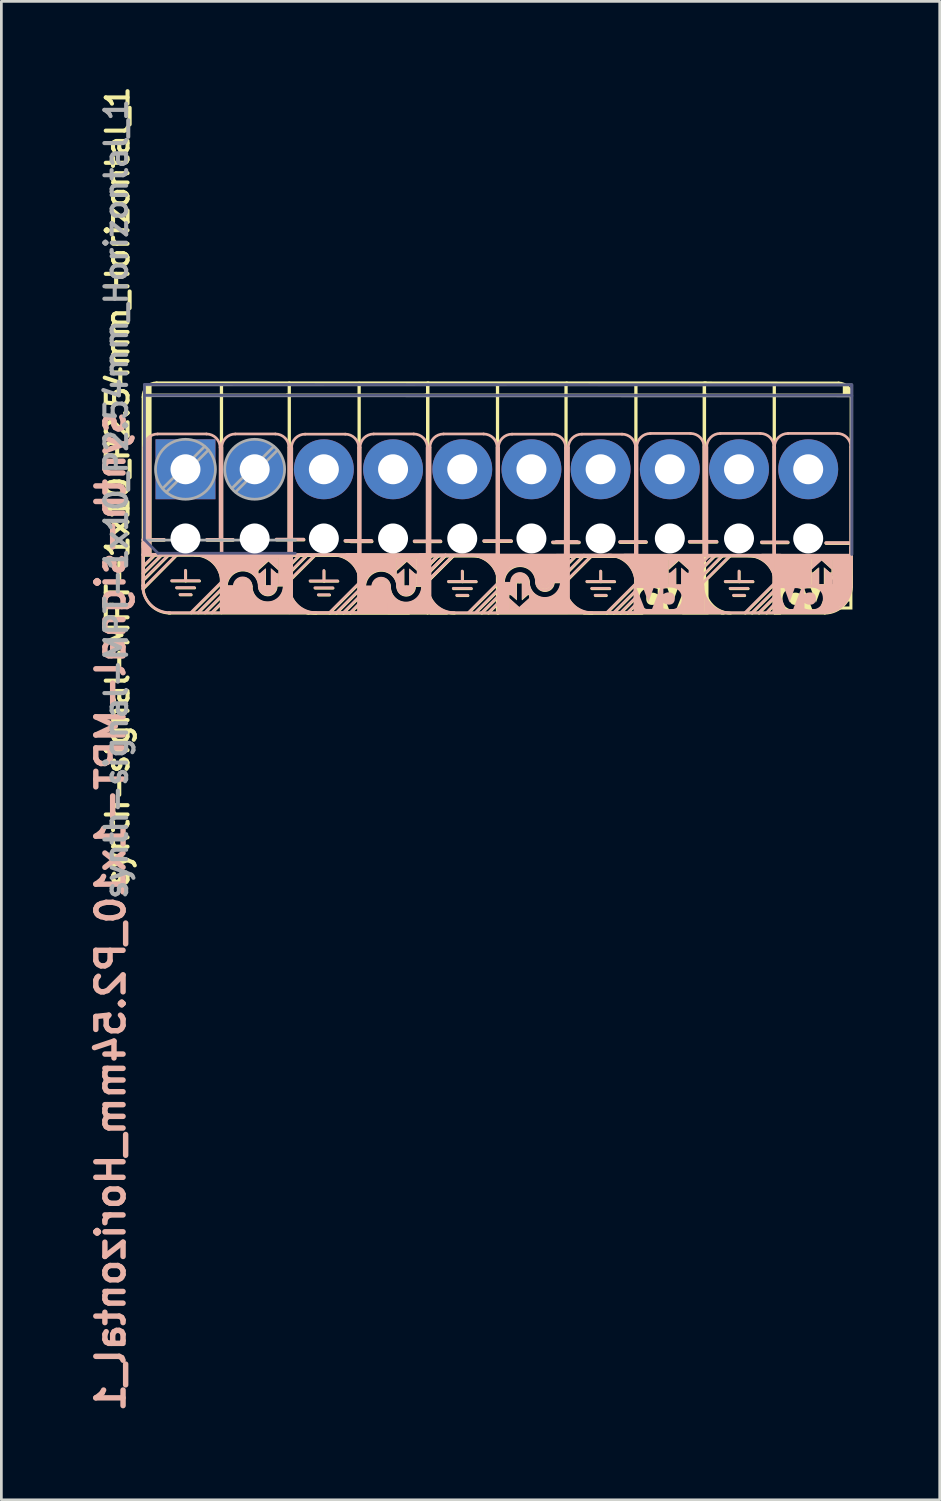
<source format=kicad_pcb>
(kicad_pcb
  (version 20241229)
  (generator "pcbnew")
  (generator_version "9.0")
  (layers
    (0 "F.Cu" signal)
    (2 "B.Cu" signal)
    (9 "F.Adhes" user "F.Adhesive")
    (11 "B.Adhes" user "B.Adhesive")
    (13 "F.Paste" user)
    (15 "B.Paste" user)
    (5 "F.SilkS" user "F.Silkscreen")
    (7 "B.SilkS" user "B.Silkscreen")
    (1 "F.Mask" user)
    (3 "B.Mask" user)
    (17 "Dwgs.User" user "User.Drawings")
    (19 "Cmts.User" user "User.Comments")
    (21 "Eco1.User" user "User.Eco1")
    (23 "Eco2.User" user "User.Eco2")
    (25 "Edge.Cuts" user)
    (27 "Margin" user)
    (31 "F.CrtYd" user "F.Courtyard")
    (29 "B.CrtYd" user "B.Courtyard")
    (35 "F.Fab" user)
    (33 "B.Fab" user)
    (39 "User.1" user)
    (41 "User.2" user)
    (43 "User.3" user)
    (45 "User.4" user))
  (footprint "synth-signal-MPT-1x10_P2.54mm_Horizontal_1"
    (layer "F.Cu")
    (at 3.759 14.177)
    (property "Reference" "synth-signal-MPT-1x10_P2.54mm_Horizontal_1" (at -2.489 0.635 270) (layer "F.SilkS") (effects (font (size 0.8 0.8) (thickness 0.15))))
    (property "Value" "synth-signal-MPT-1x10_P2.54mm_Horizontal_1" (at 9.906 -4.445 0) (unlocked yes) (layer "F.SilkS") (hide yes) (effects (font (size 0.8 0.8) (thickness 0.15))))
    (attr through_hole)
    (fp_line (start -1.556 4.401) (end -0.324 3.159) (stroke (width 0.1) (type default)) (layer "F.SilkS"))
    (fp_line (start -1.549 -2.65) (end -1.549 2.87) (stroke (width 0.12) (type solid)) (layer "F.SilkS"))
    (fp_line (start -1.549 2.6) (end -0.779 2.6) (stroke (width 0.12) (type solid)) (layer "F.SilkS"))
    (fp_line (start -1.549 2.705) (end -1.549 4.274) (stroke (width 0.12) (type solid)) (layer "F.SilkS"))
    (fp_line (start -1.549 3.15) (end 1.33 3.151) (stroke (width 0.12) (type solid)) (layer "F.SilkS"))
    (fp_line (start -1.549 3.835) (end -0.882 3.168) (stroke (width 0.1) (type default)) (layer "F.SilkS"))
    (fp_line (start -1.549 4.089) (end -0.603 3.143) (stroke (width 0.1) (type default)) (layer "F.SilkS"))
    (fp_line (start -1.524 -2.718) (end 3.81 -2.718) (stroke (width 0.12) (type solid)) (layer "F.SilkS"))
    (fp_line (start -1.524 3.556) (end -1.119 3.151) (stroke (width 0.1) (type default)) (layer "F.SilkS"))
    (fp_line (start -1.06 -3.165) (end 3.81 -3.165) (stroke (width 0.12) (type solid)) (layer "F.SilkS"))
    (fp_line (start -0.499 4.106) (end 0.517 4.106) (stroke (width 0.1) (type default)) (layer "F.SilkS"))
    (fp_line (start -0.321 4.36) (end 0.339 4.36) (stroke (width 0.1) (type default)) (layer "F.SilkS"))
    (fp_line (start -0.194 4.614) (end 0.212 4.614) (stroke (width 0.1) (type default)) (layer "F.SilkS"))
    (fp_line (start 0.009 3.725) (end 0.009 4.106) (stroke (width 0.1) (type default)) (layer "F.SilkS"))
    (fp_line (start 0.212 5.274) (end 1.33 4.157) (stroke (width 0.1) (type default)) (layer "F.SilkS"))
    (fp_line (start 0.466 5.274) (end 1.33 4.411) (stroke (width 0.1) (type default)) (layer "F.SilkS"))
    (fp_line (start 0.72 5.274) (end 1.33 4.665) (stroke (width 0.1) (type default)) (layer "F.SilkS"))
    (fp_line (start 0.79 2.6) (end 1.75 2.6) (stroke (width 0.12) (type solid)) (layer "F.SilkS"))
    (fp_line (start 0.85 3.151) (end 3.81 3.15) (stroke (width 0.12) (type solid)) (layer "F.SilkS"))
    (fp_line (start 0.974 5.274) (end 1.33 4.919) (stroke (width 0.1) (type default)) (layer "F.SilkS"))
    (fp_line (start 1.321 -3.129) (end 1.321 5.263) (stroke (width 0.12) (type solid)) (layer "F.SilkS"))
    (fp_line (start 3.345 2.591) (end 4.343 2.591) (stroke (width 0.12) (type solid)) (layer "F.SilkS"))
    (fp_line (start 3.531 3.157) (end 6.41 3.158) (stroke (width 0.12) (type solid)) (layer "F.SilkS"))
    (fp_line (start 3.617 3.495) (end 3.962 3.15) (stroke (width 0.1) (type default)) (layer "F.SilkS"))
    (fp_line (start 3.644 3.722) (end 4.2 3.166) (stroke (width 0.1) (type default)) (layer "F.SilkS"))
    (fp_line (start 3.723 -2.718) (end 8.89 -2.718) (stroke (width 0.12) (type solid)) (layer "F.SilkS"))
    (fp_line (start 3.759 3.881) (end 4.477 3.15) (stroke (width 0.1) (type default)) (layer "F.SilkS"))
    (fp_line (start 3.772 4.147) (end 4.756 3.166) (stroke (width 0.1) (type default)) (layer "F.SilkS"))
    (fp_line (start 3.81 -3.165) (end 8.915 -3.165) (stroke (width 0.12) (type solid)) (layer "F.SilkS"))
    (fp_line (start 3.81 -3.135) (end 3.81 5.258) (stroke (width 0.12) (type solid)) (layer "F.SilkS"))
    (fp_line (start 4.517 5.283) (end -0.61 5.283) (stroke (width 0.1) (type default)) (layer "F.SilkS"))
    (fp_line (start 4.581 4.113) (end 5.597 4.113) (stroke (width 0.1) (type default)) (layer "F.SilkS"))
    (fp_line (start 4.759 4.367) (end 5.419 4.367) (stroke (width 0.1) (type default)) (layer "F.SilkS"))
    (fp_line (start 4.886 4.621) (end 5.292 4.621) (stroke (width 0.1) (type default)) (layer "F.SilkS"))
    (fp_line (start 5.089 3.732) (end 5.089 4.113) (stroke (width 0.1) (type default)) (layer "F.SilkS"))
    (fp_line (start 5.292 5.282) (end 6.41 4.164) (stroke (width 0.1) (type default)) (layer "F.SilkS"))
    (fp_line (start 5.546 5.282) (end 6.41 4.418) (stroke (width 0.1) (type default)) (layer "F.SilkS"))
    (fp_line (start 5.8 5.282) (end 6.41 4.672) (stroke (width 0.1) (type default)) (layer "F.SilkS"))
    (fp_line (start 5.87 2.638) (end 6.83 2.638) (stroke (width 0.12) (type solid)) (layer "F.SilkS"))
    (fp_line (start 5.93 3.162) (end 8.89 3.16) (stroke (width 0.12) (type solid)) (layer "F.SilkS"))
    (fp_line (start 5.93 3.171) (end 8.89 3.17) (stroke (width 0.12) (type solid)) (layer "F.SilkS"))
    (fp_line (start 6.054 5.282) (end 6.41 4.926) (stroke (width 0.1) (type default)) (layer "F.SilkS"))
    (fp_line (start 6.071 2.654) (end 6.841 2.654) (stroke (width 0.12) (type solid)) (layer "F.SilkS"))
    (fp_line (start 6.375 -3.155) (end 6.375 5.238) (stroke (width 0.12) (type solid)) (layer "F.SilkS"))
    (fp_line (start 8.204 5.282) (end 4.517 5.282) (stroke (width 0.1) (type default)) (layer "F.SilkS"))
    (fp_line (start 8.41 2.654) (end 9.37 2.654) (stroke (width 0.12) (type solid)) (layer "F.SilkS"))
    (fp_line (start 8.611 3.167) (end 11.49 3.169) (stroke (width 0.12) (type solid)) (layer "F.SilkS"))
    (fp_line (start 8.611 3.177) (end 11.49 3.179) (stroke (width 0.12) (type solid)) (layer "F.SilkS"))
    (fp_line (start 8.697 3.505) (end 9.042 3.16) (stroke (width 0.1) (type default)) (layer "F.SilkS"))
    (fp_line (start 8.697 3.515) (end 9.042 3.17) (stroke (width 0.1) (type default)) (layer "F.SilkS"))
    (fp_line (start 8.724 3.732) (end 9.28 3.177) (stroke (width 0.1) (type default)) (layer "F.SilkS"))
    (fp_line (start 8.724 3.742) (end 9.28 3.186) (stroke (width 0.1) (type default)) (layer "F.SilkS"))
    (fp_line (start 8.814 -2.718) (end 13.981 -2.718) (stroke (width 0.12) (type solid)) (layer "F.SilkS"))
    (fp_line (start 8.839 3.891) (end 9.557 3.161) (stroke (width 0.1) (type default)) (layer "F.SilkS"))
    (fp_line (start 8.839 3.901) (end 9.557 3.17) (stroke (width 0.1) (type default)) (layer "F.SilkS"))
    (fp_line (start 8.852 4.158) (end 9.836 3.176) (stroke (width 0.1) (type default)) (layer "F.SilkS"))
    (fp_line (start 8.852 4.167) (end 9.836 3.186) (stroke (width 0.1) (type default)) (layer "F.SilkS"))
    (fp_line (start 8.89 -3.165) (end 13.995 -3.165) (stroke (width 0.12) (type solid)) (layer "F.SilkS"))
    (fp_line (start 8.89 -3.124) (end 8.89 5.268) (stroke (width 0.12) (type solid)) (layer "F.SilkS"))
    (fp_line (start 8.89 -3.114) (end 8.89 5.268) (stroke (width 0.12) (type solid)) (layer "F.SilkS"))
    (fp_line (start 9.597 5.283) (end 4.47 5.283) (stroke (width 0.1) (type default)) (layer "F.SilkS"))
    (fp_line (start 9.661 4.133) (end 10.677 4.133) (stroke (width 0.1) (type default)) (layer "F.SilkS"))
    (fp_line (start 9.839 4.387) (end 10.499 4.387) (stroke (width 0.1) (type default)) (layer "F.SilkS"))
    (fp_line (start 9.966 4.641) (end 10.372 4.641) (stroke (width 0.1) (type default)) (layer "F.SilkS"))
    (fp_line (start 10.169 3.752) (end 10.169 4.133) (stroke (width 0.1) (type default)) (layer "F.SilkS"))
    (fp_line (start 10.406 5.268) (end 11.49 4.184) (stroke (width 0.1) (type default)) (layer "F.SilkS"))
    (fp_line (start 10.668 5.258) (end 11.49 4.438) (stroke (width 0.1) (type default)) (layer "F.SilkS"))
    (fp_line (start 10.748 3.202) (end 15.875 3.202) (stroke (width 0.1) (type default)) (layer "F.SilkS"))
    (fp_line (start 10.88 5.283) (end 11.49 4.674) (stroke (width 0.1) (type default)) (layer "F.SilkS"))
    (fp_line (start 10.965 2.645) (end 11.963 2.645) (stroke (width 0.12) (type solid)) (layer "F.SilkS"))
    (fp_line (start 11.125 5.283) (end 11.481 4.928) (stroke (width 0.1) (type default)) (layer "F.SilkS"))
    (fp_line (start 11.455 -3.135) (end 11.455 5.258) (stroke (width 0.12) (type solid)) (layer "F.SilkS"))
    (fp_line (start 11.481 5.285) (end 8.992 5.283) (stroke (width 0.1) (type solid)) (layer "F.SilkS"))
    (fp_line (start 12.141 3.204) (end 15.828 3.204) (stroke (width 0.1) (type default)) (layer "F.SilkS"))
    (fp_line (start 13.49 2.692) (end 14.45 2.692) (stroke (width 0.12) (type solid)) (layer "F.SilkS"))
    (fp_line (start 13.614 2.68) (end 14.384 2.68) (stroke (width 0.12) (type solid)) (layer "F.SilkS"))
    (fp_line (start 13.794 3.732) (end 14.349 3.177) (stroke (width 0.1) (type default)) (layer "F.SilkS"))
    (fp_line (start 13.919 3.901) (end 14.637 3.17) (stroke (width 0.1) (type default)) (layer "F.SilkS"))
    (fp_line (start 13.932 4.167) (end 14.916 3.186) (stroke (width 0.1) (type default)) (layer "F.SilkS"))
    (fp_line (start 13.945 -2.718) (end 19.111 -2.718) (stroke (width 0.12) (type solid)) (layer "F.SilkS"))
    (fp_line (start 13.97 -3.104) (end 13.97 5.232) (stroke (width 0.12) (type solid)) (layer "F.SilkS"))
    (fp_line (start 13.995 -3.165) (end 19.101 -3.165) (stroke (width 0.12) (type solid)) (layer "F.SilkS"))
    (fp_line (start 14.741 4.133) (end 15.757 4.133) (stroke (width 0.1) (type default)) (layer "F.SilkS"))
    (fp_line (start 14.919 4.387) (end 15.579 4.387) (stroke (width 0.1) (type default)) (layer "F.SilkS"))
    (fp_line (start 15.046 4.641) (end 15.452 4.641) (stroke (width 0.1) (type default)) (layer "F.SilkS"))
    (fp_line (start 15.249 3.752) (end 15.249 4.133) (stroke (width 0.1) (type default)) (layer "F.SilkS"))
    (fp_line (start 15.469 5.283) (end 16.535 4.218) (stroke (width 0.1) (type default)) (layer "F.SilkS"))
    (fp_line (start 15.723 5.283) (end 16.535 4.47) (stroke (width 0.1) (type default)) (layer "F.SilkS"))
    (fp_line (start 15.954 2.68) (end 16.914 2.68) (stroke (width 0.12) (type solid)) (layer "F.SilkS"))
    (fp_line (start 15.977 5.283) (end 16.535 4.724) (stroke (width 0.1) (type default)) (layer "F.SilkS"))
    (fp_line (start 16.115 3.182) (end 19.075 3.18) (stroke (width 0.12) (type solid)) (layer "F.SilkS"))
    (fp_line (start 16.231 5.283) (end 16.535 4.98) (stroke (width 0.1) (type default)) (layer "F.SilkS"))
    (fp_line (start 16.535 -3.135) (end 16.535 5.258) (stroke (width 0.12) (type solid)) (layer "F.SilkS"))
    (fp_line (start 16.561 3.173) (end 11.474 3.176) (stroke (width 0.12) (type solid)) (layer "F.SilkS"))
    (fp_line (start 16.772 5.284) (end 11.455 5.285) (stroke (width 0.1) (type solid)) (layer "F.SilkS"))
    (fp_line (start 18.509 2.671) (end 19.507 2.671) (stroke (width 0.12) (type solid)) (layer "F.SilkS"))
    (fp_line (start 18.974 3.18) (end 21.853 3.182) (stroke (width 0.12) (type solid)) (layer "F.SilkS"))
    (fp_line (start 18.999 -2.718) (end 24.13 -2.718) (stroke (width 0.12) (type solid)) (layer "F.SilkS"))
    (fp_line (start 19.05 -3.165) (end 23.978 -3.16) (stroke (width 0.12) (type solid)) (layer "F.SilkS"))
    (fp_line (start 19.05 -3.114) (end 19.05 5.207) (stroke (width 0.12) (type solid)) (layer "F.SilkS"))
    (fp_line (start 19.05 -3.104) (end 19.05 5.207) (stroke (width 0.12) (type solid)) (layer "F.SilkS"))
    (fp_line (start 19.05 3.322) (end 19.202 3.17) (stroke (width 0.1) (type default)) (layer "F.SilkS"))
    (fp_line (start 19.05 3.576) (end 19.44 3.186) (stroke (width 0.1) (type default)) (layer "F.SilkS"))
    (fp_line (start 19.05 3.86) (end 19.717 3.181) (stroke (width 0.1) (type default)) (layer "F.SilkS"))
    (fp_line (start 19.05 4.129) (end 19.996 3.186) (stroke (width 0.1) (type default)) (layer "F.SilkS"))
    (fp_line (start 19.757 5.283) (end 14.63 5.283) (stroke (width 0.1) (type default)) (layer "F.SilkS"))
    (fp_line (start 19.821 4.133) (end 20.837 4.133) (stroke (width 0.1) (type default)) (layer "F.SilkS"))
    (fp_line (start 19.999 4.387) (end 20.659 4.387) (stroke (width 0.1) (type default)) (layer "F.SilkS"))
    (fp_line (start 20.126 4.641) (end 20.532 4.641) (stroke (width 0.1) (type default)) (layer "F.SilkS"))
    (fp_line (start 20.329 3.752) (end 20.329 4.133) (stroke (width 0.1) (type default)) (layer "F.SilkS"))
    (fp_line (start 20.549 5.283) (end 21.65 4.184) (stroke (width 0.1) (type default)) (layer "F.SilkS"))
    (fp_line (start 20.803 5.283) (end 21.65 4.438) (stroke (width 0.1) (type default)) (layer "F.SilkS"))
    (fp_line (start 21.057 5.283) (end 21.65 4.692) (stroke (width 0.1) (type default)) (layer "F.SilkS"))
    (fp_line (start 21.158 2.692) (end 22.118 2.692) (stroke (width 0.12) (type solid)) (layer "F.SilkS"))
    (fp_line (start 21.17 3.182) (end 24.435 3.18) (stroke (width 0.12) (type solid)) (layer "F.SilkS"))
    (fp_line (start 21.336 5.283) (end 21.65 4.946) (stroke (width 0.1) (type default)) (layer "F.SilkS"))
    (fp_line (start 21.615 -3.135) (end 21.615 5.258) (stroke (width 0.12) (type solid)) (layer "F.SilkS"))
    (fp_line (start 23.47 5.283) (end 19.685 5.283) (stroke (width 0.1) (type solid)) (layer "F.SilkS"))
    (fp_line (start 23.52 2.718) (end 24.359 2.718) (stroke (width 0.12) (type solid)) (layer "F.SilkS"))
    (fp_line (start 24.441 -2.685) (end 24.441 2.879) (stroke (width 0.12) (type solid)) (layer "F.SilkS"))
    (fp_line (start 24.441 2.879) (end 24.441 4.302) (stroke (width 0.12) (type solid)) (layer "F.SilkS"))
    (fp_rect (start -1.549 -2.731) (end -1.245 3.137) (stroke (width 0.001) (type solid)) (fill yes) (layer "F.SilkS"))
    (fp_rect (start 1.283 3.182) (end 1.537 5.302) (stroke (width 0.001) (type solid)) (fill yes) (layer "F.SilkS"))
    (fp_rect (start 1.295 4.274) (end 2.413 5.302) (stroke (width 0.001) (type solid)) (fill yes) (layer "F.SilkS"))
    (fp_rect (start 1.299 3.182) (end 2.676 3.724) (stroke (width 0.001) (type solid)) (fill yes) (layer "F.SilkS"))
    (fp_rect (start 1.393 5.173) (end 3.311 5.224) (stroke (width 0.1) (type solid)) (fill yes) (layer "F.SilkS"))
    (fp_rect (start 2.214 3.683) (end 2.671 3.734) (stroke (width 0.001) (type solid)) (fill yes) (layer "F.SilkS"))
    (fp_rect (start 2.349 4.883) (end 3.835 5.309) (stroke (width 0.001) (type solid)) (fill yes) (layer "F.SilkS"))
    (fp_rect (start 2.629 3.15) (end 3.632 3.277) (stroke (width 0.001) (type solid)) (fill yes) (layer "F.SilkS"))
    (fp_rect (start 2.773 4.293) (end 3.242 4.47) (stroke (width 0.001) (type solid)) (fill yes) (layer "F.SilkS"))
    (fp_rect (start 3.217 4.229) (end 3.687 4.305) (stroke (width 0.001) (type solid)) (fill yes) (layer "F.SilkS"))
    (fp_rect (start 3.42 3.2) (end 3.789 4.279) (stroke (width 0.001) (type solid)) (fill yes) (layer "F.SilkS"))
    (fp_rect (start 6.363 3.192) (end 6.617 5.312) (stroke (width 0.001) (type solid)) (fill yes) (layer "F.SilkS"))
    (fp_rect (start 6.375 4.284) (end 7.493 5.312) (stroke (width 0.001) (type solid)) (fill yes) (layer "F.SilkS"))
    (fp_rect (start 6.379 3.192) (end 7.756 3.734) (stroke (width 0.001) (type solid)) (fill yes) (layer "F.SilkS"))
    (fp_rect (start 6.473 5.183) (end 8.391 5.234) (stroke (width 0.1) (type solid)) (fill yes) (layer "F.SilkS"))
    (fp_rect (start 7.294 3.693) (end 7.751 3.744) (stroke (width 0.001) (type solid)) (fill yes) (layer "F.SilkS"))
    (fp_rect (start 7.429 4.894) (end 8.915 5.319) (stroke (width 0.001) (type solid)) (fill yes) (layer "F.SilkS"))
    (fp_rect (start 7.709 3.16) (end 8.712 3.287) (stroke (width 0.001) (type solid)) (fill yes) (layer "F.SilkS"))
    (fp_rect (start 7.853 4.303) (end 8.322 4.481) (stroke (width 0.001) (type solid)) (fill yes) (layer "F.SilkS"))
    (fp_rect (start 8.297 4.239) (end 8.767 4.316) (stroke (width 0.001) (type solid)) (fill yes) (layer "F.SilkS"))
    (fp_rect (start 8.5 3.211) (end 8.869 4.29) (stroke (width 0.001) (type solid)) (fill yes) (layer "F.SilkS"))
    (fp_rect (start 11.472 3.15) (end 12.958 3.575) (stroke (width 0.001) (type solid)) (fill yes) (layer "F.SilkS"))
    (fp_rect (start 11.494 4.179) (end 11.888 5.258) (stroke (width 0.001) (type solid)) (fill yes) (layer "F.SilkS"))
    (fp_rect (start 11.621 4.153) (end 12.091 4.229) (stroke (width 0.001) (type solid)) (fill yes) (layer "F.SilkS"))
    (fp_rect (start 11.676 5.182) (end 12.679 5.309) (stroke (width 0.001) (type solid)) (fill yes) (layer "F.SilkS"))
    (fp_rect (start 11.997 3.235) (end 13.915 3.285) (stroke (width 0.1) (type solid)) (fill yes) (layer "F.SilkS"))
    (fp_rect (start 12.065 3.988) (end 12.535 4.166) (stroke (width 0.001) (type solid)) (fill yes) (layer "F.SilkS"))
    (fp_rect (start 12.631 4.735) (end 14.008 5.277) (stroke (width 0.001) (type solid)) (fill yes) (layer "F.SilkS"))
    (fp_rect (start 12.637 4.724) (end 13.094 4.775) (stroke (width 0.001) (type solid)) (fill yes) (layer "F.SilkS"))
    (fp_rect (start 12.895 3.156) (end 14.012 4.184) (stroke (width 0.001) (type solid)) (fill yes) (layer "F.SilkS"))
    (fp_rect (start 13.78 3.173) (end 13.983 5.293) (stroke (width 0.001) (type solid)) (fill yes) (layer "F.SilkS"))
    (fp_rect (start 16.51 3.144) (end 17.729 4.272) (stroke (width 0.001) (type solid)) (fill yes) (layer "F.SilkS"))
    (fp_rect (start 17.691 3.164) (end 19.037 3.327) (stroke (width 0.001) (type solid)) (fill yes) (layer "F.SilkS"))
    (fp_rect (start 21.603 3.212) (end 21.857 5.333) (stroke (width 0.001) (type solid)) (fill yes) (layer "F.SilkS"))
    (fp_rect (start 21.742 3.136) (end 22.987 4.265) (stroke (width 0.001) (type solid)) (fill yes) (layer "F.SilkS"))
    (fp_rect (start 22.898 3.157) (end 24.422 3.32) (stroke (width 0.001) (type solid)) (fill yes) (layer "F.SilkS"))
    (fp_rect (start 23.746 3.318) (end 24.413 3.895) (stroke (width 0.001) (type solid)) (fill yes) (layer "F.SilkS"))
    (fp_arc (start -1.5494 -2.6498) (mid -1.415314 -3.012489) (end -1.06 -3.165048) (stroke (width 0.12) (type default)) (layer "F.SilkS"))
    (fp_arc (start -0.562893 5.2832) (mid -1.27 4.990307) (end -1.562893 4.283201) (stroke (width 0.1) (type default)) (layer "F.SilkS"))
    (fp_arc (start 0.3302 3.1496) (mid 1.037307 3.442493) (end 1.3302 4.1496) (stroke (width 0.1) (type default)) (layer "F.SilkS"))
    (fp_arc (start 1.380316 4.275166) (mid 1.578628 3.796394) (end 2.057399 3.598083) (stroke (width 0.2) (type default)) (layer "F.SilkS"))
    (fp_arc (start 1.4986 4.309283) (mid 2.1082 3.699683) (end 2.7178 4.309283) (stroke (width 0.1) (type default)) (layer "F.SilkS"))
    (fp_arc (start 1.8034 4.309283) (mid 2.1082 4.004483) (end 2.413 4.309283) (stroke (width 0.1) (type default)) (layer "F.SilkS"))
    (fp_arc (start 1.905 4.309283) (mid 2.1082 4.106083) (end 2.3114 4.309283) (stroke (width 0.12) (type default)) (layer "F.SilkS"))
    (fp_arc (start 2.0066 4.309283) (mid 2.1082 4.207683) (end 2.2098 4.309283) (stroke (width 0.12) (type default)) (layer "F.SilkS"))
    (fp_arc (start 2.0574 4.360083) (mid 2.1082 4.309283) (end 2.159 4.360083) (stroke (width 0.12) (type default)) (layer "F.SilkS"))
    (fp_arc (start 2.9718 5.020483) (mid 2.493024 4.822171) (end 2.294717 4.343399) (stroke (width 0.25) (type default)) (layer "F.SilkS"))
    (fp_arc (start 3.2258 4.309283) (mid 3.0226 4.512483) (end 2.8194 4.309283) (stroke (width 0.12) (type default)) (layer "F.SilkS"))
    (fp_arc (start 3.3274 4.309283) (mid 3.0226 4.614083) (end 2.7178 4.309283) (stroke (width 0.1) (type default)) (layer "F.SilkS"))
    (fp_arc (start 3.6322 4.309283) (mid 3.0226 4.918883) (end 2.413 4.309283) (stroke (width 0.1) (type default)) (layer "F.SilkS"))
    (fp_arc (start 4.8006 5.2832) (mid 4.093493 4.990307) (end 3.8006 4.2832) (stroke (width 0.1) (type default)) (layer "F.SilkS"))
    (fp_arc (start 5.4102 3.1496) (mid 6.117307 3.442493) (end 6.4102 4.1496) (stroke (width 0.1) (type default)) (layer "F.SilkS"))
    (fp_arc (start 6.460316 4.285566) (mid 6.658628 3.806794) (end 7.137399 3.608483) (stroke (width 0.2) (type default)) (layer "F.SilkS"))
    (fp_arc (start 6.5786 4.319683) (mid 7.1882 3.710083) (end 7.7978 4.319683) (stroke (width 0.1) (type default)) (layer "F.SilkS"))
    (fp_arc (start 6.8834 4.319683) (mid 7.1882 4.014883) (end 7.493 4.319683) (stroke (width 0.1) (type default)) (layer "F.SilkS"))
    (fp_arc (start 6.985 4.319683) (mid 7.1882 4.116483) (end 7.3914 4.319683) (stroke (width 0.12) (type default)) (layer "F.SilkS"))
    (fp_arc (start 7.0866 4.319683) (mid 7.1882 4.218083) (end 7.2898 4.319683) (stroke (width 0.12) (type default)) (layer "F.SilkS"))
    (fp_arc (start 7.1374 4.370483) (mid 7.1882 4.319683) (end 7.239 4.370483) (stroke (width 0.12) (type default)) (layer "F.SilkS"))
    (fp_arc (start 8.0518 5.030883) (mid 7.573024 4.832571) (end 7.374717 4.353799) (stroke (width 0.25) (type default)) (layer "F.SilkS"))
    (fp_arc (start 8.3058 4.319683) (mid 8.1026 4.522883) (end 7.8994 4.319683) (stroke (width 0.12) (type default)) (layer "F.SilkS"))
    (fp_arc (start 8.4074 4.319683) (mid 8.1026 4.624483) (end 7.7978 4.319683) (stroke (width 0.1) (type default)) (layer "F.SilkS"))
    (fp_arc (start 8.7122 4.319683) (mid 8.1026 4.929283) (end 7.493 4.319683) (stroke (width 0.1) (type default)) (layer "F.SilkS"))
    (fp_arc (start 9.8806 5.2832) (mid 9.180847 4.993353) (end 8.891 4.2936) (stroke (width 0.1) (type default)) (layer "F.SilkS"))
    (fp_arc (start 10.4902 3.1698) (mid 11.197307 3.462693) (end 11.4902 4.1698) (stroke (width 0.1) (type default)) (layer "F.SilkS"))
    (fp_arc (start 11.675658 4.148917) (mid 12.285258 3.539317) (end 12.894858 4.148917) (stroke (width 0.1) (type default)) (layer "F.SilkS"))
    (fp_arc (start 11.980458 4.148917) (mid 12.285258 3.844117) (end 12.590058 4.148917) (stroke (width 0.1) (type default)) (layer "F.SilkS"))
    (fp_arc (start 12.082058 4.148917) (mid 12.285258 3.945717) (end 12.488458 4.148917) (stroke (width 0.12) (type default)) (layer "F.SilkS"))
    (fp_arc (start 12.336058 3.437717) (mid 12.814834 3.636029) (end 13.013141 4.114801) (stroke (width 0.25) (type default)) (layer "F.SilkS"))
    (fp_arc (start 13.250458 4.098117) (mid 13.199658 4.148917) (end 13.148858 4.098117) (stroke (width 0.12) (type default)) (layer "F.SilkS"))
    (fp_arc (start 13.301258 4.148917) (mid 13.199658 4.250517) (end 13.098058 4.148917) (stroke (width 0.12) (type default)) (layer "F.SilkS"))
    (fp_arc (start 13.402858 4.148917) (mid 13.199658 4.352117) (end 12.996458 4.148917) (stroke (width 0.12) (type default)) (layer "F.SilkS"))
    (fp_arc (start 13.504458 4.148917) (mid 13.199658 4.453717) (end 12.894858 4.148917) (stroke (width 0.1) (type default)) (layer "F.SilkS"))
    (fp_arc (start 13.809258 4.148917) (mid 13.199658 4.758517) (end 12.590058 4.148917) (stroke (width 0.1) (type default)) (layer "F.SilkS"))
    (fp_arc (start 13.927542 4.183034) (mid 13.72923 4.661806) (end 13.250459 4.860117) (stroke (width 0.2) (type default)) (layer "F.SilkS"))
    (fp_arc (start 14.9352 5.2832) (mid 14.228093 4.990307) (end 13.9352 4.2832) (stroke (width 0.1) (type default)) (layer "F.SilkS"))
    (fp_arc (start 15.5354 3.1656) (mid 16.242507 3.458493) (end 16.5354 4.1656) (stroke (width 0.1) (type default)) (layer "F.SilkS"))
    (fp_arc (start 20.0152 5.2832) (mid 19.338621 4.987417) (end 19.060471 4.3034) (stroke (width 0.1) (type default)) (layer "F.SilkS"))
    (fp_arc (start 20.6502 3.175) (mid 21.357307 3.467893) (end 21.6502 4.175) (stroke (width 0.1) (type default)) (layer "F.SilkS"))
    (fp_arc (start 23.9776 -3.159967) (mid 24.306217 -3.017174) (end 24.441432 -2.685367) (stroke (width 0.12) (type default)) (layer "F.SilkS"))
    (fp_arc (start 24.446322 4.2978) (mid 24.160769 4.991522) (end 23.4696 5.2832) (stroke (width 0.1) (type solid)) (layer "F.SilkS"))
    (fp_poly (pts (xy 2.667 3.683) (xy 2.667 3.962) (xy 2.623 3.962) (xy 2.344 3.683)) (stroke (width 0.01) (type solid)) (fill yes) (layer "F.SilkS"))
    (fp_poly (pts (xy 7.747 3.693) (xy 7.747 3.973) (xy 7.703 3.973) (xy 7.424 3.693)) (stroke (width 0.01) (type solid)) (fill yes) (layer "F.SilkS"))
    (fp_poly (pts (xy 12.641 4.775) (xy 12.641 4.496) (xy 12.684 4.496) (xy 12.964 4.775)) (stroke (width 0.01) (type solid)) (fill yes) (layer "F.SilkS"))
    (fp_poly (pts (xy 23.52 5.08) (xy 23.52 5.283) (xy 23.673 5.283) (xy 23.749 5.207) (xy 23.876 5.207) (xy 23.927 5.156) (xy 23.927 5.08)) (stroke (width 0.001) (type solid)) (fill yes) (layer "F.SilkS"))
    (fp_poly (pts (xy -1.245 -2.667) (xy -1.245 -3.099) (xy -1.346 -3.099) (xy -1.421 -3.024) (xy -1.421 -2.948) (xy -1.549 -2.819) (xy -1.549 -2.667) (xy -1.245 -2.667)) (stroke (width 0.001) (type solid)) (fill yes) (layer "F.SilkS"))
    (fp_poly (pts (xy 24.13 -2.667) (xy 24.13 -3.099) (xy 24.232 -3.099) (xy 24.306 -3.024) (xy 24.306 -2.948) (xy 24.435 -2.819) (xy 24.435 -2.667) (xy 24.13 -2.667)) (stroke (width 0.001) (type solid)) (fill yes) (layer "F.SilkS"))
    (fp_poly (pts (xy 23.927 3.835) (xy 24.435 3.835) (xy 24.441 3.842) (xy 24.441 4.565) (xy 24.359 4.648) (xy 24.359 4.763) (xy 24.016 5.105) (xy 23.978 5.105) (xy 23.927 5.055)) (stroke (width 0.001) (type solid)) (fill yes) (layer "F.SilkS"))
    (fp_poly (pts (xy 2.676 4.293) (xy 2.667 3.277) (xy 3.057 3.277) (xy 3.057 3.378) (xy 2.676 3.721) (xy 2.676 3.835) (xy 2.738 3.835) (xy 2.956 3.645) (xy 2.956 4.267) (xy 3.057 4.267) (xy 3.057 4.293)) (stroke (width 0.001) (type solid)) (fill yes) (layer "F.SilkS"))
    (fp_poly (pts (xy 3.42 4.293) (xy 3.42 3.277) (xy 3.039 3.277) (xy 3.039 3.378) (xy 3.42 3.721) (xy 3.42 3.835) (xy 3.359 3.835) (xy 3.141 3.645) (xy 3.141 4.267) (xy 3.039 4.267) (xy 3.039 4.293)) (stroke (width 0.001) (type solid)) (fill yes) (layer "F.SilkS"))
    (fp_poly (pts (xy 7.756 4.303) (xy 7.747 3.287) (xy 8.137 3.287) (xy 8.137 3.389) (xy 7.756 3.732) (xy 7.756 3.846) (xy 7.818 3.846) (xy 8.036 3.655) (xy 8.036 4.278) (xy 8.137 4.278) (xy 8.137 4.303)) (stroke (width 0.001) (type solid)) (fill yes) (layer "F.SilkS"))
    (fp_poly (pts (xy 8.5 4.303) (xy 8.5 3.287) (xy 8.119 3.287) (xy 8.119 3.389) (xy 8.5 3.732) (xy 8.5 3.846) (xy 8.439 3.846) (xy 8.221 3.655) (xy 8.221 4.278) (xy 8.119 4.278) (xy 8.119 4.303)) (stroke (width 0.001) (type solid)) (fill yes) (layer "F.SilkS"))
    (fp_poly (pts (xy 11.888 4.166) (xy 11.888 5.182) (xy 12.269 5.182) (xy 12.269 5.08) (xy 11.888 4.737) (xy 11.888 4.623) (xy 11.949 4.623) (xy 12.167 4.813) (xy 12.167 4.191) (xy 12.269 4.191) (xy 12.269 4.166)) (stroke (width 0.001) (type solid)) (fill yes) (layer "F.SilkS"))
    (fp_poly (pts (xy 17.729 4.272) (xy 17.729 3.256) (xy 18.12 3.256) (xy 18.12 3.358) (xy 17.739 3.701) (xy 17.739 3.815) (xy 17.8 3.815) (xy 18.018 3.625) (xy 18.018 4.247) (xy 18.12 4.247) (xy 18.12 4.272)) (stroke (width 0.001) (type solid)) (fill yes) (layer "F.SilkS"))
    (fp_poly (pts (xy 22.959 4.27) (xy 22.959 3.228) (xy 23.349 3.228) (xy 23.349 3.33) (xy 22.968 3.673) (xy 22.968 3.787) (xy 23.03 3.787) (xy 23.248 3.597) (xy 23.248 4.219) (xy 23.349 4.219) (xy 23.349 4.27)) (stroke (width 0.001) (type solid)) (fill yes) (layer "F.SilkS"))
    (fp_poly (pts (xy 1.321 3.734) (xy 1.245 3.734) (xy 1.194 3.683) (xy 1.194 3.632) (xy 1.118 3.556) (xy 1.118 3.523) (xy 0.871 3.277) (xy 0.762 3.277) (xy 0.686 3.2) (xy 0.737 3.15) (xy 1.295 3.15) (xy 1.321 3.175)) (stroke (width 0.001) (type solid)) (fill yes) (layer "F.SilkS"))
    (fp_poly (pts (xy 3.658 4.242) (xy 3.658 4.445) (xy 3.556 4.547) (xy 3.556 4.674) (xy 3.378 4.851) (xy 3.302 4.851) (xy 3.277 4.877) (xy 3.277 4.928) (xy 3.302 4.953) (xy 3.785 4.953) (xy 3.81 4.928) (xy 3.81 4.242)) (stroke (width 0.001) (type solid)) (fill yes) (layer "F.SilkS"))
    (fp_poly (pts (xy 3.81 4.699) (xy 3.886 4.699) (xy 3.937 4.75) (xy 3.937 4.801) (xy 4.013 4.877) (xy 4.013 4.91) (xy 4.259 5.156) (xy 4.369 5.156) (xy 4.445 5.232) (xy 4.394 5.283) (xy 3.835 5.283) (xy 3.81 5.258)) (stroke (width 0.001) (type solid)) (fill yes) (layer "F.SilkS"))
    (fp_poly (pts (xy 6.401 3.734) (xy 6.325 3.734) (xy 6.274 3.683) (xy 6.274 3.632) (xy 6.198 3.556) (xy 6.198 3.523) (xy 5.951 3.277) (xy 5.842 3.277) (xy 5.766 3.2) (xy 5.817 3.15) (xy 6.375 3.15) (xy 6.401 3.175)) (stroke (width 0.001) (type solid)) (fill yes) (layer "F.SilkS"))
    (fp_poly (pts (xy 8.738 4.252) (xy 8.738 4.455) (xy 8.636 4.557) (xy 8.636 4.684) (xy 8.458 4.862) (xy 8.382 4.862) (xy 8.357 4.887) (xy 8.357 4.938) (xy 8.382 4.963) (xy 8.865 4.963) (xy 8.89 4.938) (xy 8.89 4.252)) (stroke (width 0.001) (type solid)) (fill yes) (layer "F.SilkS"))
    (fp_poly (pts (xy 8.89 4.719) (xy 8.966 4.719) (xy 9.017 4.77) (xy 9.017 4.821) (xy 9.093 4.897) (xy 9.093 4.93) (xy 9.339 5.176) (xy 9.449 5.176) (xy 9.525 5.253) (xy 9.474 5.303) (xy 8.915 5.303) (xy 8.89 5.278)) (stroke (width 0.001) (type solid)) (fill yes) (layer "F.SilkS"))
    (fp_poly (pts (xy 11.481 3.754) (xy 11.405 3.754) (xy 11.354 3.703) (xy 11.354 3.652) (xy 11.278 3.576) (xy 11.278 3.543) (xy 11.031 3.297) (xy 10.922 3.297) (xy 10.846 3.221) (xy 10.897 3.17) (xy 11.455 3.17) (xy 11.481 3.195)) (stroke (width 0.001) (type solid)) (fill yes) (layer "F.SilkS"))
    (fp_poly (pts (xy 11.65 4.216) (xy 11.65 4.013) (xy 11.752 3.912) (xy 11.752 3.785) (xy 11.93 3.607) (xy 12.006 3.607) (xy 12.031 3.581) (xy 12.031 3.531) (xy 12.006 3.505) (xy 11.523 3.505) (xy 11.498 3.531) (xy 11.498 4.216)) (stroke (width 0.001) (type solid)) (fill yes) (layer "F.SilkS"))
    (fp_poly (pts (xy 12.548 4.149) (xy 12.659 4.369) (xy 12.666 5.182) (xy 12.25 5.182) (xy 12.25 5.08) (xy 12.631 4.737) (xy 12.631 4.623) (xy 12.57 4.623) (xy 12.352 4.813) (xy 12.352 4.191) (xy 12.25 4.191) (xy 12.25 4.166)) (stroke (width 0.001) (type solid)) (fill yes) (layer "F.SilkS"))
    (fp_poly (pts (xy 13.97 4.719) (xy 14.046 4.719) (xy 14.097 4.77) (xy 14.097 4.821) (xy 14.173 4.897) (xy 14.173 4.93) (xy 14.419 5.176) (xy 14.529 5.176) (xy 14.605 5.253) (xy 14.554 5.303) (xy 13.995 5.303) (xy 13.97 5.278)) (stroke (width 0.001) (type solid)) (fill yes) (layer "F.SilkS"))
    (fp_poly (pts (xy 16.561 3.754) (xy 16.485 3.754) (xy 16.434 3.703) (xy 16.434 3.652) (xy 16.358 3.576) (xy 16.358 3.543) (xy 16.111 3.297) (xy 16.002 3.297) (xy 15.926 3.221) (xy 15.977 3.17) (xy 16.535 3.17) (xy 16.561 3.195)) (stroke (width 0.001) (type solid)) (fill yes) (layer "F.SilkS"))
    (fp_poly (pts (xy 19.05 4.719) (xy 19.126 4.719) (xy 19.177 4.77) (xy 19.177 4.821) (xy 19.253 4.897) (xy 19.253 4.93) (xy 19.499 5.176) (xy 19.609 5.176) (xy 19.685 5.253) (xy 19.634 5.303) (xy 19.075 5.303) (xy 19.05 5.278)) (stroke (width 0.001) (type solid)) (fill yes) (layer "F.SilkS"))
    (fp_poly (pts (xy 21.641 3.754) (xy 21.565 3.754) (xy 21.514 3.703) (xy 21.514 3.652) (xy 21.438 3.576) (xy 21.438 3.543) (xy 21.191 3.297) (xy 21.082 3.297) (xy 21.006 3.221) (xy 21.057 3.17) (xy 21.615 3.17) (xy 21.641 3.195)) (stroke (width 0.001) (type solid)) (fill yes) (layer "F.SilkS"))
    (fp_poly (pts (xy 18.263 4.267) (xy 18.364 4.039) (xy 19.05 4.039) (xy 19.05 3.256) (xy 18.101 3.256) (xy 18.101 3.358) (xy 18.482 3.701) (xy 18.482 3.815) (xy 18.421 3.815) (xy 18.203 3.625) (xy 18.203 4.247) (xy 18.101 4.247) (xy 18.101 4.272)) (stroke (width 0.001) (type solid)) (fill yes) (layer "F.SilkS"))
    (fp_poly (pts (xy 23.688 4.268) (xy 23.485 4.09) (xy 23.748 3.893) (xy 23.746 3.228) (xy 23.331 3.228) (xy 23.331 3.33) (xy 23.712 3.673) (xy 23.712 3.787) (xy 23.651 3.787) (xy 23.433 3.597) (xy 23.433 4.219) (xy 23.331 4.219) (xy 23.331 4.27)) (stroke (width 0.001) (type solid)) (fill yes) (layer "F.SilkS"))
    (fp_line (start -1.565 4.383) (end -0.333 3.141) (stroke (width 0.1) (type default)) (layer "B.SilkS"))
    (fp_line (start -1.559 2.582) (end -0.789 2.582) (stroke (width 0.12) (type solid)) (layer "B.SilkS"))
    (fp_line (start -1.559 2.687) (end -1.559 4.257) (stroke (width 0.12) (type solid)) (layer "B.SilkS"))
    (fp_line (start -1.559 3.132) (end 1.32 3.133) (stroke (width 0.12) (type solid)) (layer "B.SilkS"))
    (fp_line (start -1.559 3.817) (end -0.891 3.15) (stroke (width 0.1) (type default)) (layer "B.SilkS"))
    (fp_line (start -1.559 4.071) (end -0.613 3.125) (stroke (width 0.1) (type default)) (layer "B.SilkS"))
    (fp_line (start -1.533 3.538) (end -1.129 3.133) (stroke (width 0.1) (type default)) (layer "B.SilkS"))
    (fp_line (start -1.024 -1.295) (end 0.77 -1.295) (stroke (width 0.1) (type default)) (layer "B.SilkS"))
    (fp_line (start -0.509 4.088) (end 0.507 4.088) (stroke (width 0.1) (type default)) (layer "B.SilkS"))
    (fp_line (start -0.331 4.342) (end 0.329 4.342) (stroke (width 0.1) (type default)) (layer "B.SilkS"))
    (fp_line (start -0.204 4.596) (end 0.202 4.596) (stroke (width 0.1) (type default)) (layer "B.SilkS"))
    (fp_line (start -0.001 3.707) (end -0.001 4.088) (stroke (width 0.1) (type default)) (layer "B.SilkS"))
    (fp_line (start 0.202 5.257) (end 1.32 4.139) (stroke (width 0.1) (type default)) (layer "B.SilkS"))
    (fp_line (start 0.456 5.257) (end 1.32 4.393) (stroke (width 0.1) (type default)) (layer "B.SilkS"))
    (fp_line (start 0.71 5.257) (end 1.32 4.647) (stroke (width 0.1) (type default)) (layer "B.SilkS"))
    (fp_line (start 0.781 2.582) (end 1.741 2.582) (stroke (width 0.12) (type solid)) (layer "B.SilkS"))
    (fp_line (start 0.84 3.133) (end 3.801 3.132) (stroke (width 0.12) (type solid)) (layer "B.SilkS"))
    (fp_line (start 0.964 5.257) (end 1.32 4.901) (stroke (width 0.1) (type default)) (layer "B.SilkS"))
    (fp_line (start 1.27 -0.795) (end 1.27 2.573) (stroke (width 0.1) (type default)) (layer "B.SilkS"))
    (fp_line (start 1.329 -0.795) (end 1.329 5.206) (stroke (width 0.12) (type solid)) (layer "B.SilkS"))
    (fp_line (start 1.829 -1.295) (end 3.302 -1.295) (stroke (width 0.1) (type default)) (layer "B.SilkS"))
    (fp_line (start 3.335 2.573) (end 4.334 2.573) (stroke (width 0.12) (type solid)) (layer "B.SilkS"))
    (fp_line (start 3.521 3.139) (end 6.4 3.14) (stroke (width 0.12) (type solid)) (layer "B.SilkS"))
    (fp_line (start 3.608 3.477) (end 3.953 3.132) (stroke (width 0.1) (type default)) (layer "B.SilkS"))
    (fp_line (start 3.635 3.704) (end 4.19 3.148) (stroke (width 0.1) (type default)) (layer "B.SilkS"))
    (fp_line (start 3.75 3.863) (end 4.467 3.132) (stroke (width 0.1) (type default)) (layer "B.SilkS"))
    (fp_line (start 3.762 4.129) (end 4.747 3.148) (stroke (width 0.1) (type default)) (layer "B.SilkS"))
    (fp_line (start 3.802 -0.795) (end 3.802 5.078) (stroke (width 0.12) (type solid)) (layer "B.SilkS"))
    (fp_line (start 3.892 -0.789) (end 3.886 5.182) (stroke (width 0.12) (type solid)) (layer "B.SilkS"))
    (fp_line (start 4.392 -1.289) (end 5.865 -1.289) (stroke (width 0.1) (type default)) (layer "B.SilkS"))
    (fp_line (start 4.508 5.265) (end -0.619 5.265) (stroke (width 0.1) (type default)) (layer "B.SilkS"))
    (fp_line (start 4.571 4.095) (end 5.587 4.095) (stroke (width 0.1) (type default)) (layer "B.SilkS"))
    (fp_line (start 4.749 4.349) (end 5.409 4.349) (stroke (width 0.1) (type default)) (layer "B.SilkS"))
    (fp_line (start 4.876 4.603) (end 5.282 4.603) (stroke (width 0.1) (type default)) (layer "B.SilkS"))
    (fp_line (start 5.079 3.714) (end 5.079 4.095) (stroke (width 0.1) (type default)) (layer "B.SilkS"))
    (fp_line (start 5.282 5.264) (end 6.4 4.146) (stroke (width 0.1) (type default)) (layer "B.SilkS"))
    (fp_line (start 5.536 5.264) (end 6.4 4.4) (stroke (width 0.1) (type default)) (layer "B.SilkS"))
    (fp_line (start 5.79 5.264) (end 6.4 4.654) (stroke (width 0.1) (type default)) (layer "B.SilkS"))
    (fp_line (start 5.861 2.62) (end 6.821 2.62) (stroke (width 0.12) (type solid)) (layer "B.SilkS"))
    (fp_line (start 5.92 3.144) (end 8.881 3.142) (stroke (width 0.12) (type solid)) (layer "B.SilkS"))
    (fp_line (start 5.92 3.154) (end 8.881 3.152) (stroke (width 0.12) (type solid)) (layer "B.SilkS"))
    (fp_line (start 6.044 5.264) (end 6.4 4.908) (stroke (width 0.1) (type default)) (layer "B.SilkS"))
    (fp_line (start 6.061 2.636) (end 6.831 2.636) (stroke (width 0.12) (type solid)) (layer "B.SilkS"))
    (fp_line (start 6.365 -0.789) (end 6.365 5.207) (stroke (width 0.12) (type solid)) (layer "B.SilkS"))
    (fp_line (start 6.407 -0.795) (end 6.407 5.216) (stroke (width 0.12) (type solid)) (layer "B.SilkS"))
    (fp_line (start 6.907 -1.295) (end 8.38 -1.295) (stroke (width 0.1) (type default)) (layer "B.SilkS"))
    (fp_line (start 8.195 5.264) (end 4.508 5.264) (stroke (width 0.1) (type default)) (layer "B.SilkS"))
    (fp_line (start 8.401 2.636) (end 9.361 2.636) (stroke (width 0.12) (type solid)) (layer "B.SilkS"))
    (fp_line (start 8.601 3.149) (end 11.48 3.151) (stroke (width 0.12) (type solid)) (layer "B.SilkS"))
    (fp_line (start 8.601 3.159) (end 11.48 3.161) (stroke (width 0.12) (type solid)) (layer "B.SilkS"))
    (fp_line (start 8.688 3.487) (end 9.033 3.142) (stroke (width 0.1) (type default)) (layer "B.SilkS"))
    (fp_line (start 8.688 3.497) (end 9.033 3.152) (stroke (width 0.1) (type default)) (layer "B.SilkS"))
    (fp_line (start 8.715 3.714) (end 9.27 3.159) (stroke (width 0.1) (type default)) (layer "B.SilkS"))
    (fp_line (start 8.715 3.724) (end 9.27 3.169) (stroke (width 0.1) (type default)) (layer "B.SilkS"))
    (fp_line (start 8.83 3.873) (end 9.547 3.143) (stroke (width 0.1) (type default)) (layer "B.SilkS"))
    (fp_line (start 8.83 3.883) (end 9.547 3.152) (stroke (width 0.1) (type default)) (layer "B.SilkS"))
    (fp_line (start 8.842 4.14) (end 9.827 3.159) (stroke (width 0.1) (type default)) (layer "B.SilkS"))
    (fp_line (start 8.842 4.15) (end 9.827 3.168) (stroke (width 0.1) (type default)) (layer "B.SilkS"))
    (fp_line (start 8.88 -0.795) (end 8.88 5.089) (stroke (width 0.12) (type solid)) (layer "B.SilkS"))
    (fp_line (start 8.972 -0.795) (end 8.966 5.055) (stroke (width 0.12) (type solid)) (layer "B.SilkS"))
    (fp_line (start 9.472 -1.295) (end 10.945 -1.295) (stroke (width 0.1) (type default)) (layer "B.SilkS"))
    (fp_line (start 9.588 5.265) (end 4.461 5.265) (stroke (width 0.1) (type default)) (layer "B.SilkS"))
    (fp_line (start 9.651 4.115) (end 10.667 4.115) (stroke (width 0.1) (type default)) (layer "B.SilkS"))
    (fp_line (start 9.829 4.369) (end 10.489 4.369) (stroke (width 0.1) (type default)) (layer "B.SilkS"))
    (fp_line (start 9.956 4.623) (end 10.362 4.623) (stroke (width 0.1) (type default)) (layer "B.SilkS"))
    (fp_line (start 10.159 3.734) (end 10.159 4.115) (stroke (width 0.1) (type default)) (layer "B.SilkS"))
    (fp_line (start 10.396 5.25) (end 11.48 4.166) (stroke (width 0.1) (type default)) (layer "B.SilkS"))
    (fp_line (start 10.659 5.24) (end 11.48 4.42) (stroke (width 0.1) (type default)) (layer "B.SilkS"))
    (fp_line (start 10.739 3.184) (end 15.866 3.184) (stroke (width 0.1) (type default)) (layer "B.SilkS"))
    (fp_line (start 10.87 5.265) (end 11.48 4.656) (stroke (width 0.1) (type default)) (layer "B.SilkS"))
    (fp_line (start 10.955 2.627) (end 11.954 2.627) (stroke (width 0.12) (type solid)) (layer "B.SilkS"))
    (fp_line (start 11.116 5.265) (end 11.471 4.91) (stroke (width 0.1) (type default)) (layer "B.SilkS"))
    (fp_line (start 11.445 -0.795) (end 11.445 3.557) (stroke (width 0.12) (type solid)) (layer "B.SilkS"))
    (fp_line (start 11.471 5.267) (end 8.982 5.265) (stroke (width 0.1) (type solid)) (layer "B.SilkS"))
    (fp_line (start 11.487 -0.789) (end 11.484 5.24) (stroke (width 0.12) (type solid)) (layer "B.SilkS"))
    (fp_line (start 11.987 -1.289) (end 13.46 -1.289) (stroke (width 0.1) (type default)) (layer "B.SilkS"))
    (fp_line (start 12.132 3.186) (end 15.819 3.186) (stroke (width 0.1) (type default)) (layer "B.SilkS"))
    (fp_line (start 13.481 2.674) (end 14.441 2.674) (stroke (width 0.12) (type solid)) (layer "B.SilkS"))
    (fp_line (start 13.605 2.662) (end 14.375 2.662) (stroke (width 0.12) (type solid)) (layer "B.SilkS"))
    (fp_line (start 13.784 3.714) (end 14.34 3.159) (stroke (width 0.1) (type default)) (layer "B.SilkS"))
    (fp_line (start 13.91 3.883) (end 14.627 3.152) (stroke (width 0.1) (type default)) (layer "B.SilkS"))
    (fp_line (start 13.922 4.15) (end 14.907 3.168) (stroke (width 0.1) (type default)) (layer "B.SilkS"))
    (fp_line (start 13.96 -0.789) (end 13.945 5.105) (stroke (width 0.12) (type solid)) (layer "B.SilkS"))
    (fp_line (start 14.052 -0.789) (end 14.052 4.988) (stroke (width 0.12) (type solid)) (layer "B.SilkS"))
    (fp_line (start 14.552 -1.289) (end 16.025 -1.289) (stroke (width 0.1) (type default)) (layer "B.SilkS"))
    (fp_line (start 14.731 4.115) (end 15.747 4.115) (stroke (width 0.1) (type default)) (layer "B.SilkS"))
    (fp_line (start 14.909 4.369) (end 15.569 4.369) (stroke (width 0.1) (type default)) (layer "B.SilkS"))
    (fp_line (start 15.036 4.623) (end 15.442 4.623) (stroke (width 0.1) (type default)) (layer "B.SilkS"))
    (fp_line (start 15.239 3.734) (end 15.239 4.115) (stroke (width 0.1) (type default)) (layer "B.SilkS"))
    (fp_line (start 15.459 5.265) (end 16.526 4.2) (stroke (width 0.1) (type default)) (layer "B.SilkS"))
    (fp_line (start 15.713 5.265) (end 16.526 4.452) (stroke (width 0.1) (type default)) (layer "B.SilkS"))
    (fp_line (start 15.944 2.662) (end 16.904 2.662) (stroke (width 0.12) (type solid)) (layer "B.SilkS"))
    (fp_line (start 15.967 5.265) (end 16.526 4.706) (stroke (width 0.1) (type default)) (layer "B.SilkS"))
    (fp_line (start 16.105 3.164) (end 19.066 3.162) (stroke (width 0.12) (type solid)) (layer "B.SilkS"))
    (fp_line (start 16.221 5.265) (end 16.526 4.962) (stroke (width 0.1) (type default)) (layer "B.SilkS"))
    (fp_line (start 16.525 -0.799) (end 16.525 3.634) (stroke (width 0.12) (type solid)) (layer "B.SilkS"))
    (fp_line (start 16.551 3.155) (end 11.464 3.158) (stroke (width 0.12) (type solid)) (layer "B.SilkS"))
    (fp_line (start 16.567 -0.815) (end 16.567 3.177) (stroke (width 0.12) (type solid)) (layer "B.SilkS"))
    (fp_line (start 16.763 5.266) (end 11.446 5.267) (stroke (width 0.1) (type solid)) (layer "B.SilkS"))
    (fp_line (start 17.067 -1.315) (end 18.54 -1.315) (stroke (width 0.1) (type default)) (layer "B.SilkS"))
    (fp_line (start 18.499 2.653) (end 19.498 2.653) (stroke (width 0.12) (type solid)) (layer "B.SilkS"))
    (fp_line (start 18.821 4.343) (end 19.987 3.168) (stroke (width 0.1) (type default)) (layer "B.SilkS"))
    (fp_line (start 18.923 3.962) (end 19.707 3.163) (stroke (width 0.1) (type default)) (layer "B.SilkS"))
    (fp_line (start 18.948 3.454) (end 19.243 3.162) (stroke (width 0.1) (type default)) (layer "B.SilkS"))
    (fp_line (start 18.948 3.658) (end 19.43 3.169) (stroke (width 0.1) (type default)) (layer "B.SilkS"))
    (fp_line (start 18.964 3.162) (end 21.843 3.164) (stroke (width 0.12) (type solid)) (layer "B.SilkS"))
    (fp_line (start 19.04 -0.815) (end 19.04 3.146) (stroke (width 0.12) (type solid)) (layer "B.SilkS"))
    (fp_line (start 19.132 -0.815) (end 19.132 3.152) (stroke (width 0.12) (type solid)) (layer "B.SilkS"))
    (fp_line (start 19.632 -1.315) (end 21.105 -1.315) (stroke (width 0.1) (type default)) (layer "B.SilkS"))
    (fp_line (start 19.748 5.265) (end 14.621 5.265) (stroke (width 0.1) (type default)) (layer "B.SilkS"))
    (fp_line (start 19.811 4.115) (end 20.827 4.115) (stroke (width 0.1) (type default)) (layer "B.SilkS"))
    (fp_line (start 19.989 4.369) (end 20.649 4.369) (stroke (width 0.1) (type default)) (layer "B.SilkS"))
    (fp_line (start 20.116 4.623) (end 20.522 4.623) (stroke (width 0.1) (type default)) (layer "B.SilkS"))
    (fp_line (start 20.319 3.734) (end 20.319 4.115) (stroke (width 0.1) (type default)) (layer "B.SilkS"))
    (fp_line (start 20.539 5.265) (end 21.64 4.166) (stroke (width 0.1) (type default)) (layer "B.SilkS"))
    (fp_line (start 20.793 5.265) (end 21.64 4.42) (stroke (width 0.1) (type default)) (layer "B.SilkS"))
    (fp_line (start 21.047 5.265) (end 21.64 4.674) (stroke (width 0.1) (type default)) (layer "B.SilkS"))
    (fp_line (start 21.149 2.674) (end 22.109 2.674) (stroke (width 0.12) (type solid)) (layer "B.SilkS"))
    (fp_line (start 21.16 3.164) (end 24.425 3.162) (stroke (width 0.12) (type solid)) (layer "B.SilkS"))
    (fp_line (start 21.327 5.265) (end 21.64 4.928) (stroke (width 0.1) (type default)) (layer "B.SilkS"))
    (fp_line (start 21.605 -0.824) (end 21.615 5.258) (stroke (width 0.12) (type solid)) (layer "B.SilkS"))
    (fp_line (start 21.621 -0.815) (end 21.615 5.258) (stroke (width 0.12) (type solid)) (layer "B.SilkS"))
    (fp_line (start 22.121 -1.315) (end 23.929 -1.315) (stroke (width 0.1) (type default)) (layer "B.SilkS"))
    (fp_line (start 23.46 5.265) (end 19.676 5.265) (stroke (width 0.1) (type solid)) (layer "B.SilkS"))
    (fp_line (start 23.511 2.7) (end 24.349 2.7) (stroke (width 0.12) (type solid)) (layer "B.SilkS"))
    (fp_line (start 24.429 -0.815) (end 24.432 3.63) (stroke (width 0.12) (type solid)) (layer "B.SilkS"))
    (fp_line (start 24.432 2.861) (end 24.432 4.284) (stroke (width 0.12) (type solid)) (layer "B.SilkS"))
    (fp_rect (start -1.254 -0.813) (end -1.575 3.119) (stroke (width 0.001) (type solid)) (fill yes) (layer "B.SilkS"))
    (fp_rect (start 1.527 3.164) (end 1.273 5.284) (stroke (width 0.001) (type solid)) (fill yes) (layer "B.SilkS"))
    (fp_rect (start 2.404 4.256) (end 1.286 5.284) (stroke (width 0.001) (type solid)) (fill yes) (layer "B.SilkS"))
    (fp_rect (start 2.662 3.665) (end 2.204 3.716) (stroke (width 0.001) (type solid)) (fill yes) (layer "B.SilkS"))
    (fp_rect (start 2.667 3.164) (end 1.29 3.706) (stroke (width 0.001) (type solid)) (fill yes) (layer "B.SilkS"))
    (fp_rect (start 3.233 4.275) (end 2.763 4.452) (stroke (width 0.001) (type solid)) (fill yes) (layer "B.SilkS"))
    (fp_rect (start 3.301 5.155) (end 1.384 5.206) (stroke (width 0.1) (type solid)) (fill yes) (layer "B.SilkS"))
    (fp_rect (start 3.623 3.132) (end 2.619 3.259) (stroke (width 0.001) (type solid)) (fill yes) (layer "B.SilkS"))
    (fp_rect (start 3.678 4.211) (end 3.208 4.287) (stroke (width 0.001) (type solid)) (fill yes) (layer "B.SilkS"))
    (fp_rect (start 3.779 3.182) (end 3.411 4.261) (stroke (width 0.001) (type solid)) (fill yes) (layer "B.SilkS"))
    (fp_rect (start 3.826 4.866) (end 2.34 5.291) (stroke (width 0.001) (type solid)) (fill yes) (layer "B.SilkS"))
    (fp_rect (start 6.607 3.174) (end 6.353 5.294) (stroke (width 0.001) (type solid)) (fill yes) (layer "B.SilkS"))
    (fp_rect (start 7.484 4.266) (end 6.366 5.294) (stroke (width 0.001) (type solid)) (fill yes) (layer "B.SilkS"))
    (fp_rect (start 7.742 3.675) (end 7.284 3.726) (stroke (width 0.001) (type solid)) (fill yes) (layer "B.SilkS"))
    (fp_rect (start 7.747 3.174) (end 6.37 3.716) (stroke (width 0.001) (type solid)) (fill yes) (layer "B.SilkS"))
    (fp_rect (start 8.313 4.285) (end 7.843 4.463) (stroke (width 0.001) (type solid)) (fill yes) (layer "B.SilkS"))
    (fp_rect (start 8.381 5.165) (end 6.464 5.216) (stroke (width 0.1) (type solid)) (fill yes) (layer "B.SilkS"))
    (fp_rect (start 8.703 3.142) (end 7.699 3.269) (stroke (width 0.001) (type solid)) (fill yes) (layer "B.SilkS"))
    (fp_rect (start 8.758 4.222) (end 8.288 4.298) (stroke (width 0.001) (type solid)) (fill yes) (layer "B.SilkS"))
    (fp_rect (start 8.859 3.193) (end 8.491 4.272) (stroke (width 0.001) (type solid)) (fill yes) (layer "B.SilkS"))
    (fp_rect (start 8.906 4.876) (end 7.42 5.301) (stroke (width 0.001) (type solid)) (fill yes) (layer "B.SilkS"))
    (fp_rect (start 11.878 4.161) (end 11.484 5.24) (stroke (width 0.001) (type solid)) (fill yes) (layer "B.SilkS"))
    (fp_rect (start 12.081 4.135) (end 11.611 4.211) (stroke (width 0.001) (type solid)) (fill yes) (layer "B.SilkS"))
    (fp_rect (start 12.526 3.97) (end 12.056 4.148) (stroke (width 0.001) (type solid)) (fill yes) (layer "B.SilkS"))
    (fp_rect (start 12.67 5.164) (end 11.666 5.291) (stroke (width 0.001) (type solid)) (fill yes) (layer "B.SilkS"))
    (fp_rect (start 12.949 3.132) (end 11.463 3.557) (stroke (width 0.001) (type solid)) (fill yes) (layer "B.SilkS"))
    (fp_rect (start 13.085 4.706) (end 12.627 4.757) (stroke (width 0.001) (type solid)) (fill yes) (layer "B.SilkS"))
    (fp_rect (start 13.905 3.217) (end 11.988 3.267) (stroke (width 0.1) (type solid)) (fill yes) (layer "B.SilkS"))
    (fp_rect (start 13.973 3.155) (end 13.77 5.275) (stroke (width 0.001) (type solid)) (fill yes) (layer "B.SilkS"))
    (fp_rect (start 13.999 4.717) (end 12.622 5.259) (stroke (width 0.001) (type solid)) (fill yes) (layer "B.SilkS"))
    (fp_rect (start 14.003 3.138) (end 12.885 4.166) (stroke (width 0.001) (type solid)) (fill yes) (layer "B.SilkS"))
    (fp_rect (start 17.72 3.126) (end 16.501 4.254) (stroke (width 0.001) (type solid)) (fill yes) (layer "B.SilkS"))
    (fp_rect (start 19.041 3.157) (end 17.669 3.32) (stroke (width 0.001) (type solid)) (fill yes) (layer "B.SilkS"))
    (fp_rect (start 19.041 4.162) (end 18.304 5.24) (stroke (width 0.001) (type solid)) (fill yes) (layer "B.SilkS"))
    (fp_rect (start 21.847 3.194) (end 21.593 5.315) (stroke (width 0.001) (type solid)) (fill yes) (layer "B.SilkS"))
    (fp_rect (start 22.978 3.119) (end 21.733 4.247) (stroke (width 0.001) (type solid)) (fill yes) (layer "B.SilkS"))
    (fp_rect (start 24.413 3.139) (end 22.889 3.302) (stroke (width 0.001) (type solid)) (fill yes) (layer "B.SilkS"))
    (fp_rect (start 24.425 3.139) (end 23.759 4.529) (stroke (width 0.001) (type solid)) (fill yes) (layer "B.SilkS"))
    (fp_arc (start -1.524 -0.7954) (mid -1.377553 -1.148953) (end -1.024 -1.2954) (stroke (width 0.1) (type default)) (layer "B.SilkS"))
    (fp_arc (start -0.572315 5.265295) (mid -1.279422 4.972402) (end -1.572315 4.265296) (stroke (width 0.1) (type default)) (layer "B.SilkS"))
    (fp_arc (start 0.320778 3.131695) (mid 1.027885 3.424588) (end 1.320778 4.131695) (stroke (width 0.1) (type default)) (layer "B.SilkS"))
    (fp_arc (start 0.77 -1.2954) (mid 1.123553 -1.148953) (end 1.27 -0.7954) (stroke (width 0.1) (type default)) (layer "B.SilkS"))
    (fp_arc (start 1.3288 -0.7954) (mid 1.475247 -1.148953) (end 1.8288 -1.2954) (stroke (width 0.1) (type solid)) (layer "B.SilkS"))
    (fp_arc (start 1.370894 4.257261) (mid 1.569206 3.77849) (end 2.047977 3.580178) (stroke (width 0.2) (type default)) (layer "B.SilkS"))
    (fp_arc (start 1.489178 4.291378) (mid 2.098778 3.681778) (end 2.708378 4.291378) (stroke (width 0.1) (type default)) (layer "B.SilkS"))
    (fp_arc (start 1.793978 4.291378) (mid 2.098778 3.986578) (end 2.403578 4.291378) (stroke (width 0.1) (type default)) (layer "B.SilkS"))
    (fp_arc (start 1.895578 4.291378) (mid 2.098778 4.088178) (end 2.301978 4.291378) (stroke (width 0.12) (type default)) (layer "B.SilkS"))
    (fp_arc (start 1.997178 4.291378) (mid 2.098778 4.189778) (end 2.200378 4.291378) (stroke (width 0.12) (type default)) (layer "B.SilkS"))
    (fp_arc (start 2.047978 4.342178) (mid 2.098778 4.291378) (end 2.149578 4.342178) (stroke (width 0.12) (type default)) (layer "B.SilkS"))
    (fp_arc (start 2.962378 5.002578) (mid 2.483604 4.804268) (end 2.285295 4.325494) (stroke (width 0.25) (type default)) (layer "B.SilkS"))
    (fp_arc (start 3.216378 4.291378) (mid 3.013178 4.494578) (end 2.809978 4.291378) (stroke (width 0.12) (type default)) (layer "B.SilkS"))
    (fp_arc (start 3.302 -1.2954) (mid 3.655553 -1.148953) (end 3.802 -0.7954) (stroke (width 0.1) (type default)) (layer "B.SilkS"))
    (fp_arc (start 3.317978 4.291378) (mid 3.013178 4.596178) (end 2.708378 4.291378) (stroke (width 0.1) (type default)) (layer "B.SilkS"))
    (fp_arc (start 3.622778 4.291378) (mid 3.013178 4.900978) (end 2.403578 4.291378) (stroke (width 0.1) (type default)) (layer "B.SilkS"))
    (fp_arc (start 3.892153 -0.789447) (mid 4.0386 -1.143) (end 4.392153 -1.289447) (stroke (width 0.1) (type solid)) (layer "B.SilkS"))
    (fp_arc (start 4.791178 5.265295) (mid 4.084071 4.972402) (end 3.791178 4.265295) (stroke (width 0.1) (type default)) (layer "B.SilkS"))
    (fp_arc (start 5.400778 3.131695) (mid 6.107885 3.424588) (end 6.400778 4.131695) (stroke (width 0.1) (type default)) (layer "B.SilkS"))
    (fp_arc (start 5.865353 -1.289447) (mid 6.218906 -1.143) (end 6.365353 -0.789447) (stroke (width 0.1) (type default)) (layer "B.SilkS"))
    (fp_arc (start 6.406753 -0.7954) (mid 6.5532 -1.148953) (end 6.906753 -1.2954) (stroke (width 0.1) (type solid)) (layer "B.SilkS"))
    (fp_arc (start 6.450894 4.267661) (mid 6.649206 3.78889) (end 7.127977 3.590578) (stroke (width 0.2) (type default)) (layer "B.SilkS"))
    (fp_arc (start 6.569178 4.301778) (mid 7.178778 3.692178) (end 7.788378 4.301778) (stroke (width 0.1) (type default)) (layer "B.SilkS"))
    (fp_arc (start 6.873978 4.301778) (mid 7.178778 3.996978) (end 7.483578 4.301778) (stroke (width 0.1) (type default)) (layer "B.SilkS"))
    (fp_arc (start 6.975578 4.301778) (mid 7.178778 4.098578) (end 7.381978 4.301778) (stroke (width 0.12) (type default)) (layer "B.SilkS"))
    (fp_arc (start 7.077178 4.301778) (mid 7.178778 4.200178) (end 7.280378 4.301778) (stroke (width 0.12) (type default)) (layer "B.SilkS"))
    (fp_arc (start 7.127978 4.352578) (mid 7.178778 4.301778) (end 7.229578 4.352578) (stroke (width 0.12) (type default)) (layer "B.SilkS"))
    (fp_arc (start 8.042378 5.012978) (mid 7.563604 4.814668) (end 7.365295 4.335894) (stroke (width 0.25) (type default)) (layer "B.SilkS"))
    (fp_arc (start 8.296378 4.301778) (mid 8.093178 4.504978) (end 7.889978 4.301778) (stroke (width 0.12) (type default)) (layer "B.SilkS"))
    (fp_arc (start 8.379953 -1.2954) (mid 8.733506 -1.148953) (end 8.879953 -0.7954) (stroke (width 0.1) (type default)) (layer "B.SilkS"))
    (fp_arc (start 8.397978 4.301778) (mid 8.093178 4.606578) (end 7.788378 4.301778) (stroke (width 0.1) (type default)) (layer "B.SilkS"))
    (fp_arc (start 8.702778 4.301778) (mid 8.093178 4.911378) (end 7.483578 4.301778) (stroke (width 0.1) (type default)) (layer "B.SilkS"))
    (fp_arc (start 8.972153 -0.7954) (mid 9.1186 -1.148953) (end 9.472153 -1.2954) (stroke (width 0.1) (type solid)) (layer "B.SilkS"))
    (fp_arc (start 9.871178 5.265295) (mid 9.171425 4.975448) (end 8.881578 4.275695) (stroke (width 0.1) (type default)) (layer "B.SilkS"))
    (fp_arc (start 10.480778 3.151895) (mid 11.187885 3.444788) (end 11.480778 4.151895) (stroke (width 0.1) (type default)) (layer "B.SilkS"))
    (fp_arc (start 10.945353 -1.2954) (mid 11.298906 -1.148953) (end 11.445353 -0.7954) (stroke (width 0.1) (type default)) (layer "B.SilkS"))
    (fp_arc (start 11.486753 -0.789447) (mid 11.6332 -1.143) (end 11.986753 -1.289447) (stroke (width 0.1) (type solid)) (layer "B.SilkS"))
    (fp_arc (start 11.666236 4.131012) (mid 12.275836 3.521412) (end 12.885436 4.131012) (stroke (width 0.1) (type default)) (layer "B.SilkS"))
    (fp_arc (start 11.971036 4.131012) (mid 12.275836 3.826212) (end 12.580636 4.131012) (stroke (width 0.1) (type default)) (layer "B.SilkS"))
    (fp_arc (start 12.072636 4.131012) (mid 12.275836 3.927812) (end 12.479036 4.131012) (stroke (width 0.12) (type default)) (layer "B.SilkS"))
    (fp_arc (start 12.326636 3.419812) (mid 12.805411 3.618122) (end 13.003719 4.096896) (stroke (width 0.25) (type default)) (layer "B.SilkS"))
    (fp_arc (start 13.241036 4.080212) (mid 13.190236 4.131012) (end 13.139436 4.080212) (stroke (width 0.12) (type default)) (layer "B.SilkS"))
    (fp_arc (start 13.291836 4.131012) (mid 13.190236 4.232612) (end 13.088636 4.131012) (stroke (width 0.12) (type default)) (layer "B.SilkS"))
    (fp_arc (start 13.393436 4.131012) (mid 13.190236 4.334212) (end 12.987036 4.131012) (stroke (width 0.12) (type default)) (layer "B.SilkS"))
    (fp_arc (start 13.459953 -1.289447) (mid 13.813506 -1.143) (end 13.959953 -0.789447) (stroke (width 0.1) (type default)) (layer "B.SilkS"))
    (fp_arc (start 13.495036 4.131012) (mid 13.190236 4.435812) (end 12.885436 4.131012) (stroke (width 0.1) (type default)) (layer "B.SilkS"))
    (fp_arc (start 13.799836 4.131012) (mid 13.190236 4.740612) (end 12.580636 4.131012) (stroke (width 0.1) (type default)) (layer "B.SilkS"))
    (fp_arc (start 13.91812 4.165129) (mid 13.719809 4.643903) (end 13.241037 4.842212) (stroke (width 0.2) (type default)) (layer "B.SilkS"))
    (fp_arc (start 14.052153 -0.789447) (mid 14.1986 -1.143) (end 14.552153 -1.289447) (stroke (width 0.1) (type solid)) (layer "B.SilkS"))
    (fp_arc (start 14.925778 5.265295) (mid 14.218671 4.972402) (end 13.925778 4.265295) (stroke (width 0.1) (type default)) (layer "B.SilkS"))
    (fp_arc (start 15.525978 3.147695) (mid 16.233085 3.440588) (end 16.525978 4.147695) (stroke (width 0.1) (type default)) (layer "B.SilkS"))
    (fp_arc (start 16.025353 -1.289447) (mid 16.378906 -1.143) (end 16.525353 -0.789447) (stroke (width 0.1) (type default)) (layer "B.SilkS"))
    (fp_arc (start 16.566753 -0.814847) (mid 16.7132 -1.1684) (end 17.066753 -1.314847) (stroke (width 0.1) (type solid)) (layer "B.SilkS"))
    (fp_arc (start 18.539953 -1.314847) (mid 18.893506 -1.1684) (end 19.039953 -0.814847) (stroke (width 0.1) (type default)) (layer "B.SilkS"))
    (fp_arc (start 19.132153 -0.814847) (mid 19.2786 -1.1684) (end 19.632153 -1.314847) (stroke (width 0.1) (type solid)) (layer "B.SilkS"))
    (fp_arc (start 19.953929 5.2724) (mid 19.27735 4.976617) (end 18.9992 4.2926) (stroke (width 0.1) (type default)) (layer "B.SilkS"))
    (fp_arc (start 20.640778 3.157095) (mid 21.347885 3.449988) (end 21.640778 4.157095) (stroke (width 0.1) (type default)) (layer "B.SilkS"))
    (fp_arc (start 21.105353 -1.314847) (mid 21.458906 -1.1684) (end 21.605353 -0.814847) (stroke (width 0.1) (type default)) (layer "B.SilkS"))
    (fp_arc (start 21.621353 -0.814847) (mid 21.7678 -1.1684) (end 22.121353 -1.314847) (stroke (width 0.1) (type solid)) (layer "B.SilkS"))
    (fp_arc (start 23.928847 -1.314847) (mid 24.2824 -1.1684) (end 24.428847 -0.814847) (stroke (width 0.1) (type default)) (layer "B.SilkS"))
    (fp_arc (start 24.4369 4.279895) (mid 24.151346 4.973611) (end 23.460178 5.265295) (stroke (width 0.1) (type solid)) (layer "B.SilkS"))
    (fp_poly (pts (xy 2.658 3.665) (xy 2.658 3.944) (xy 2.614 3.944) (xy 2.335 3.665)) (stroke (width 0.01) (type solid)) (fill yes) (layer "B.SilkS"))
    (fp_poly (pts (xy 7.738 3.675) (xy 7.738 3.955) (xy 7.694 3.955) (xy 7.415 3.675)) (stroke (width 0.01) (type solid)) (fill yes) (layer "B.SilkS"))
    (fp_poly (pts (xy 12.631 4.757) (xy 12.631 4.478) (xy 12.675 4.478) (xy 12.954 4.757)) (stroke (width 0.01) (type solid)) (fill yes) (layer "B.SilkS"))
    (fp_poly (pts (xy -1.254 -0.813) (xy -1.245 -1.202) (xy -1.321 -1.202) (xy -1.395 -1.127) (xy -1.395 -1.051) (xy -1.524 -0.922) (xy -1.524 -0.77) (xy -1.27 -0.77)) (stroke (width 0.001) (type solid)) (fill yes) (layer "B.SilkS"))
    (fp_poly (pts (xy 2.667 4.275) (xy 2.658 3.259) (xy 3.048 3.259) (xy 3.048 3.36) (xy 2.667 3.703) (xy 2.667 3.817) (xy 2.729 3.817) (xy 2.946 3.627) (xy 2.946 4.249) (xy 3.048 4.249) (xy 3.048 4.275)) (stroke (width 0.001) (type solid)) (fill yes) (layer "B.SilkS"))
    (fp_poly (pts (xy 3.411 4.275) (xy 3.411 3.259) (xy 3.03 3.259) (xy 3.03 3.36) (xy 3.411 3.703) (xy 3.411 3.817) (xy 3.349 3.817) (xy 3.131 3.627) (xy 3.131 4.249) (xy 3.03 4.249) (xy 3.03 4.275)) (stroke (width 0.001) (type solid)) (fill yes) (layer "B.SilkS"))
    (fp_poly (pts (xy 7.747 4.285) (xy 7.738 3.269) (xy 8.128 3.269) (xy 8.128 3.371) (xy 7.747 3.714) (xy 7.747 3.828) (xy 7.809 3.828) (xy 8.026 3.637) (xy 8.026 4.26) (xy 8.128 4.26) (xy 8.128 4.285)) (stroke (width 0.001) (type solid)) (fill yes) (layer "B.SilkS"))
    (fp_poly (pts (xy 8.491 4.285) (xy 8.491 3.269) (xy 8.11 3.269) (xy 8.11 3.371) (xy 8.491 3.714) (xy 8.491 3.828) (xy 8.429 3.828) (xy 8.211 3.637) (xy 8.211 4.26) (xy 8.11 4.26) (xy 8.11 4.285)) (stroke (width 0.001) (type solid)) (fill yes) (layer "B.SilkS"))
    (fp_poly (pts (xy 11.878 4.148) (xy 11.878 5.164) (xy 12.259 5.164) (xy 12.259 5.062) (xy 11.878 4.719) (xy 11.878 4.605) (xy 11.94 4.605) (xy 12.158 4.795) (xy 12.158 4.173) (xy 12.259 4.173) (xy 12.259 4.148)) (stroke (width 0.001) (type solid)) (fill yes) (layer "B.SilkS"))
    (fp_poly (pts (xy 17.72 4.254) (xy 17.72 3.238) (xy 18.11 3.238) (xy 18.11 3.34) (xy 17.729 3.683) (xy 17.729 3.797) (xy 17.791 3.797) (xy 18.009 3.607) (xy 18.009 4.229) (xy 18.11 4.229) (xy 18.11 4.254)) (stroke (width 0.001) (type solid)) (fill yes) (layer "B.SilkS"))
    (fp_poly (pts (xy 19.015 4.218) (xy 19.041 3.238) (xy 18.092 3.238) (xy 18.092 3.34) (xy 18.473 3.683) (xy 18.473 3.797) (xy 18.411 3.797) (xy 18.194 3.607) (xy 18.194 4.229) (xy 18.092 4.229) (xy 18.092 4.254)) (stroke (width 0.001) (type solid)) (fill yes) (layer "B.SilkS"))
    (fp_poly (pts (xy 22.978 4.254) (xy 22.978 3.238) (xy 23.368 3.238) (xy 23.368 3.34) (xy 22.987 3.683) (xy 22.987 3.797) (xy 23.049 3.797) (xy 23.266 3.607) (xy 23.266 4.229) (xy 23.368 4.229) (xy 23.368 4.254)) (stroke (width 0.001) (type solid)) (fill yes) (layer "B.SilkS"))
    (fp_poly (pts (xy 23.765 4.254) (xy 23.765 3.238) (xy 23.35 3.238) (xy 23.35 3.34) (xy 23.731 3.683) (xy 23.731 3.797) (xy 23.669 3.797) (xy 23.451 3.607) (xy 23.451 4.229) (xy 23.35 4.229) (xy 23.35 4.254)) (stroke (width 0.001) (type solid)) (fill yes) (layer "B.SilkS"))
    (fp_poly (pts (xy 1.311 3.716) (xy 1.235 3.716) (xy 1.184 3.665) (xy 1.184 3.614) (xy 1.108 3.538) (xy 1.108 3.505) (xy 0.862 3.259) (xy 0.753 3.259) (xy 0.676 3.182) (xy 0.727 3.132) (xy 1.286 3.132) (xy 1.311 3.157)) (stroke (width 0.001) (type solid)) (fill yes) (layer "B.SilkS"))
    (fp_poly (pts (xy 3.648 4.224) (xy 3.648 4.427) (xy 3.547 4.529) (xy 3.547 4.656) (xy 3.369 4.833) (xy 3.293 4.833) (xy 3.267 4.859) (xy 3.267 4.91) (xy 3.293 4.935) (xy 3.775 4.935) (xy 3.801 4.91) (xy 3.801 4.224)) (stroke (width 0.001) (type solid)) (fill yes) (layer "B.SilkS"))
    (fp_poly (pts (xy 3.801 4.681) (xy 3.877 4.681) (xy 3.928 4.732) (xy 3.928 4.783) (xy 4.004 4.859) (xy 4.004 4.892) (xy 4.25 5.138) (xy 4.359 5.138) (xy 4.436 5.214) (xy 4.385 5.265) (xy 3.826 5.265) (xy 3.801 5.24)) (stroke (width 0.001) (type solid)) (fill yes) (layer "B.SilkS"))
    (fp_poly (pts (xy 6.391 3.716) (xy 6.315 3.716) (xy 6.264 3.665) (xy 6.264 3.614) (xy 6.188 3.538) (xy 6.188 3.505) (xy 5.942 3.259) (xy 5.833 3.259) (xy 5.756 3.182) (xy 5.807 3.132) (xy 6.366 3.132) (xy 6.391 3.157)) (stroke (width 0.001) (type solid)) (fill yes) (layer "B.SilkS"))
    (fp_poly (pts (xy 8.728 4.234) (xy 8.728 4.437) (xy 8.627 4.539) (xy 8.627 4.666) (xy 8.449 4.844) (xy 8.373 4.844) (xy 8.347 4.869) (xy 8.347 4.92) (xy 8.373 4.945) (xy 8.855 4.945) (xy 8.881 4.92) (xy 8.881 4.234)) (stroke (width 0.001) (type solid)) (fill yes) (layer "B.SilkS"))
    (fp_poly (pts (xy 8.881 4.701) (xy 8.957 4.701) (xy 9.008 4.752) (xy 9.008 4.803) (xy 9.084 4.879) (xy 9.084 4.912) (xy 9.33 5.158) (xy 9.439 5.158) (xy 9.516 5.235) (xy 9.465 5.285) (xy 8.906 5.285) (xy 8.881 5.26)) (stroke (width 0.001) (type solid)) (fill yes) (layer "B.SilkS"))
    (fp_poly (pts (xy 11.471 3.736) (xy 11.395 3.736) (xy 11.344 3.685) (xy 11.344 3.634) (xy 11.268 3.558) (xy 11.268 3.525) (xy 11.022 3.279) (xy 10.913 3.279) (xy 10.836 3.203) (xy 10.887 3.152) (xy 11.446 3.152) (xy 11.471 3.177)) (stroke (width 0.001) (type solid)) (fill yes) (layer "B.SilkS"))
    (fp_poly (pts (xy 11.641 4.198) (xy 11.641 3.995) (xy 11.742 3.894) (xy 11.742 3.767) (xy 11.92 3.589) (xy 11.996 3.589) (xy 12.022 3.563) (xy 12.022 3.513) (xy 11.996 3.487) (xy 11.514 3.487) (xy 11.488 3.513) (xy 11.488 4.198)) (stroke (width 0.001) (type solid)) (fill yes) (layer "B.SilkS"))
    (fp_poly (pts (xy 12.538 4.131) (xy 12.649 4.351) (xy 12.657 5.164) (xy 12.241 5.164) (xy 12.241 5.062) (xy 12.622 4.719) (xy 12.622 4.605) (xy 12.56 4.605) (xy 12.343 4.795) (xy 12.343 4.173) (xy 12.241 4.173) (xy 12.241 4.148)) (stroke (width 0.001) (type solid)) (fill yes) (layer "B.SilkS"))
    (fp_poly (pts (xy 13.961 4.701) (xy 14.037 4.701) (xy 14.088 4.752) (xy 14.088 4.803) (xy 14.164 4.879) (xy 14.164 4.912) (xy 14.41 5.158) (xy 14.519 5.158) (xy 14.596 5.235) (xy 14.545 5.285) (xy 13.986 5.285) (xy 13.961 5.26)) (stroke (width 0.001) (type solid)) (fill yes) (layer "B.SilkS"))
    (fp_poly (pts (xy 16.551 3.736) (xy 16.475 3.736) (xy 16.424 3.685) (xy 16.424 3.634) (xy 16.348 3.558) (xy 16.348 3.525) (xy 16.102 3.279) (xy 15.993 3.279) (xy 15.916 3.203) (xy 15.967 3.152) (xy 16.526 3.152) (xy 16.551 3.177)) (stroke (width 0.001) (type solid)) (fill yes) (layer "B.SilkS"))
    (fp_poly (pts (xy 19.041 4.701) (xy 19.117 4.701) (xy 19.168 4.752) (xy 19.168 4.803) (xy 19.244 4.879) (xy 19.244 4.912) (xy 19.49 5.158) (xy 19.599 5.158) (xy 19.676 5.235) (xy 19.625 5.285) (xy 19.066 5.285) (xy 19.041 5.26)) (stroke (width 0.001) (type solid)) (fill yes) (layer "B.SilkS"))
    (fp_poly (pts (xy 21.631 3.736) (xy 21.555 3.736) (xy 21.504 3.685) (xy 21.504 3.634) (xy 21.428 3.558) (xy 21.428 3.525) (xy 21.182 3.279) (xy 21.073 3.279) (xy 20.996 3.203) (xy 21.047 3.152) (xy 21.606 3.152) (xy 21.631 3.177)) (stroke (width 0.001) (type solid)) (fill yes) (layer "B.SilkS"))
    (fp_poly (pts (xy 23.511 4.224) (xy 24.425 4.224) (xy 24.425 4.402) (xy 24.4 4.427) (xy 24.425 4.452) (xy 24.425 4.529) (xy 24.349 4.605) (xy 24.349 4.757) (xy 24.095 5.011) (xy 24.044 5.011) (xy 23.841 5.214) (xy 23.562 5.214) (xy 23.511 5.265) (xy 23.46 5.214) (xy 23.46 4.275)) (stroke (width 0.001) (type solid)) (fill yes) (layer "B.SilkS"))
    (fp_rect (start -1.702 -3.277) (end 24.638 5.385) (stroke (width 0.1) (type default)) (fill no) (layer "Margin"))
    (fp_line (start -1.509 -2.718) (end 24.46 -2.718) (stroke (width 0.1) (type solid)) (layer "B.Fab"))
    (fp_line (start -1.509 2.582) (end -1.509 -3.118) (stroke (width 0.1) (type solid)) (layer "B.Fab"))
    (fp_line (start -1.459 -3.118) (end 24.46 -3.099) (stroke (width 0.1) (type solid)) (layer "B.Fab"))
    (fp_line (start -1.009 3.082) (end -1.509 2.582) (stroke (width 0.1) (type solid)) (layer "B.Fab"))
    (fp_line (start 4.031 3.082) (end -1.009 3.082) (stroke (width 0.1) (type solid)) (layer "B.Fab"))
    (fp_line (start 24.46 -3.099) (end 24.46 3.127) (stroke (width 0.1) (type solid)) (layer "B.Fab"))
    (fp_line (start -1.5 -2.7) (end 24.46 -2.692) (stroke (width 0.1) (type solid)) (layer "F.Fab"))
    (fp_line (start -1.5 2.6) (end -1.5 -3.1) (stroke (width 0.1) (type solid)) (layer "F.Fab"))
    (fp_line (start -1.5 2.6) (end 4.04 2.6) (stroke (width 0.1) (type solid)) (layer "F.Fab"))
    (fp_line (start -1.449 -3.1) (end 24.46 -3.099) (stroke (width 0.1) (type solid)) (layer "F.Fab"))
    (fp_line (start 0.701 -0.835) (end -0.835 0.7) (stroke (width 0.1) (type solid)) (layer "F.Fab"))
    (fp_line (start 0.835 -0.7) (end -0.701 0.835) (stroke (width 0.1) (type solid)) (layer "F.Fab"))
    (fp_line (start 3.241 -0.835) (end 1.706 0.7) (stroke (width 0.1) (type solid)) (layer "F.Fab"))
    (fp_line (start 3.375 -0.7) (end 1.84 0.835) (stroke (width 0.1) (type solid)) (layer "F.Fab"))
    (fp_line (start 24.46 -3.073) (end 24.46 3.127) (stroke (width 0.1) (type solid)) (layer "F.Fab"))
    (fp_circle (center 0 0) (end 1.1 0) (stroke (width 0.1) (type solid)) (fill no) (layer "F.Fab"))
    (fp_circle (center 2.54 0) (end 3.64 0) (stroke (width 0.1) (type solid)) (fill no) (layer "F.Fab"))
    (fp_text user "1" (at 23.495 5.207 0) (unlocked yes) (layer "F.SilkS" knockout) (effects (font (face "Comfortaa") (size 1 1) (thickness 0.2) (bold yes)) (justify left bottom)))
    (fp_text user "2" (at 18.237 5.385 0) (unlocked yes) (layer "F.SilkS" knockout) (effects (font (face "Comfortaa") (size 1 1) (thickness 0.2) (bold yes)) (justify left bottom)))
    (fp_text user "cv" (at 21.857 5.307 0) (unlocked yes) (layer "F.SilkS" knockout) (effects (font (face "Comfortaa") (size 1 1) (thickness 0.2) (bold yes)) (justify left bottom)))
    (fp_text user "cv" (at 16.599 5.307 0) (unlocked yes) (layer "F.SilkS" knockout) (effects (font (face "Comfortaa") (size 1 1) (thickness 0.2) (bold yes)) (justify left bottom)))
    (fp_text user "${VALUE}" (at -2.159 -2.235 90) (unlocked yes) (layer "B.SilkS") (effects (font (size 1 1) (thickness 0.2) (bold yes)) (justify left bottom mirror)))
    (fp_text user "cv" (at 18.279 5.296 0) (unlocked yes) (layer "B.SilkS" knockout) (effects (font (face "Comfortaa") (size 1 1) (thickness 0.2) (bold yes)) (justify left bottom mirror)))
    (fp_text user "cv" (at 23.46 5.299 0) (unlocked yes) (layer "B.SilkS" knockout) (effects (font (face "Comfortaa") (size 1 1) (thickness 0.2) (bold yes)) (justify left bottom mirror)))
    (fp_text user "${REFERENCE}" (at -2.54 1.092 90) (layer "F.Fab") (effects (font (size 0.8 0.8) (thickness 0.15))))
    (pad "" np_thru_hole circle (at 0 2.54) (size 1.1 1.1) (drill 1.1) (layers "*.Cu" "*.Mask"))
    (pad "" np_thru_hole circle (at 2.54 2.54) (size 1.1 1.1) (drill 1.1) (layers "*.Cu" "*.Mask"))
    (pad "" np_thru_hole circle (at 5.08 2.54) (size 1.1 1.1) (drill 1.1) (layers "*.Cu" "*.Mask"))
    (pad "" np_thru_hole circle (at 7.62 2.54) (size 1.1 1.1) (drill 1.1) (layers "*.Cu" "*.Mask"))
    (pad "" np_thru_hole circle (at 10.16 2.54) (size 1.1 1.1) (drill 1.1) (layers "*.Cu" "*.Mask"))
    (pad "" np_thru_hole circle (at 12.7 2.54) (size 1.1 1.1) (drill 1.1) (layers "*.Cu" "*.Mask"))
    (pad "" np_thru_hole circle (at 15.24 2.54) (size 1.1 1.1) (drill 1.1) (layers "*.Cu" "*.Mask"))
    (pad "" np_thru_hole circle (at 17.78 2.54) (size 1.1 1.1) (drill 1.1) (layers "*.Cu" "*.Mask"))
    (pad "" np_thru_hole circle (at 20.32 2.54) (size 1.1 1.1) (drill 1.1) (layers "*.Cu" "*.Mask"))
    (pad "" np_thru_hole circle (at 22.86 2.54) (size 1.1 1.1) (drill 1.1) (layers "*.Cu" "*.Mask"))
    (pad "1" thru_hole rect (at 0 0) (size 2.2 2.2) (drill 1.1) (layers "*.Cu" "*.Mask"))
    (pad "2" thru_hole circle (at 2.54 0) (size 2.2 2.2) (drill 1.1) (layers "*.Cu" "*.Mask"))
    (pad "3" thru_hole circle (at 5.08 0) (size 2.2 2.2) (drill 1.1) (layers "*.Cu" "*.Mask"))
    (pad "4" thru_hole circle (at 7.62 0) (size 2.2 2.2) (drill 1.1) (layers "*.Cu" "*.Mask"))
    (pad "5" thru_hole circle (at 10.16 0) (size 2.2 2.2) (drill 1.1) (layers "*.Cu" "*.Mask"))
    (pad "6" thru_hole circle (at 12.7 0) (size 2.2 2.2) (drill 1.1) (layers "*.Cu" "*.Mask"))
    (pad "7" thru_hole circle (at 15.24 0) (size 2.2 2.2) (drill 1.1) (layers "*.Cu" "*.Mask"))
    (pad "8" thru_hole circle (at 17.78 0) (size 2.2 2.2) (drill 1.1) (layers "*.Cu" "*.Mask"))
    (pad "9" thru_hole circle (at 20.32 0) (size 2.2 2.2) (drill 1.1) (layers "*.Cu" "*.Mask"))
    (pad "10" thru_hole circle (at 22.86 0) (size 2.2 2.2) (drill 1.1) (layers "*.Cu" "*.Mask")))
  (gr_rect
    (start -3 -3)
    (end 31.447 52.008)
    (stroke (width 0.1) (type default))
    (fill no)
    (layer "Edge.Cuts")))
</source>
